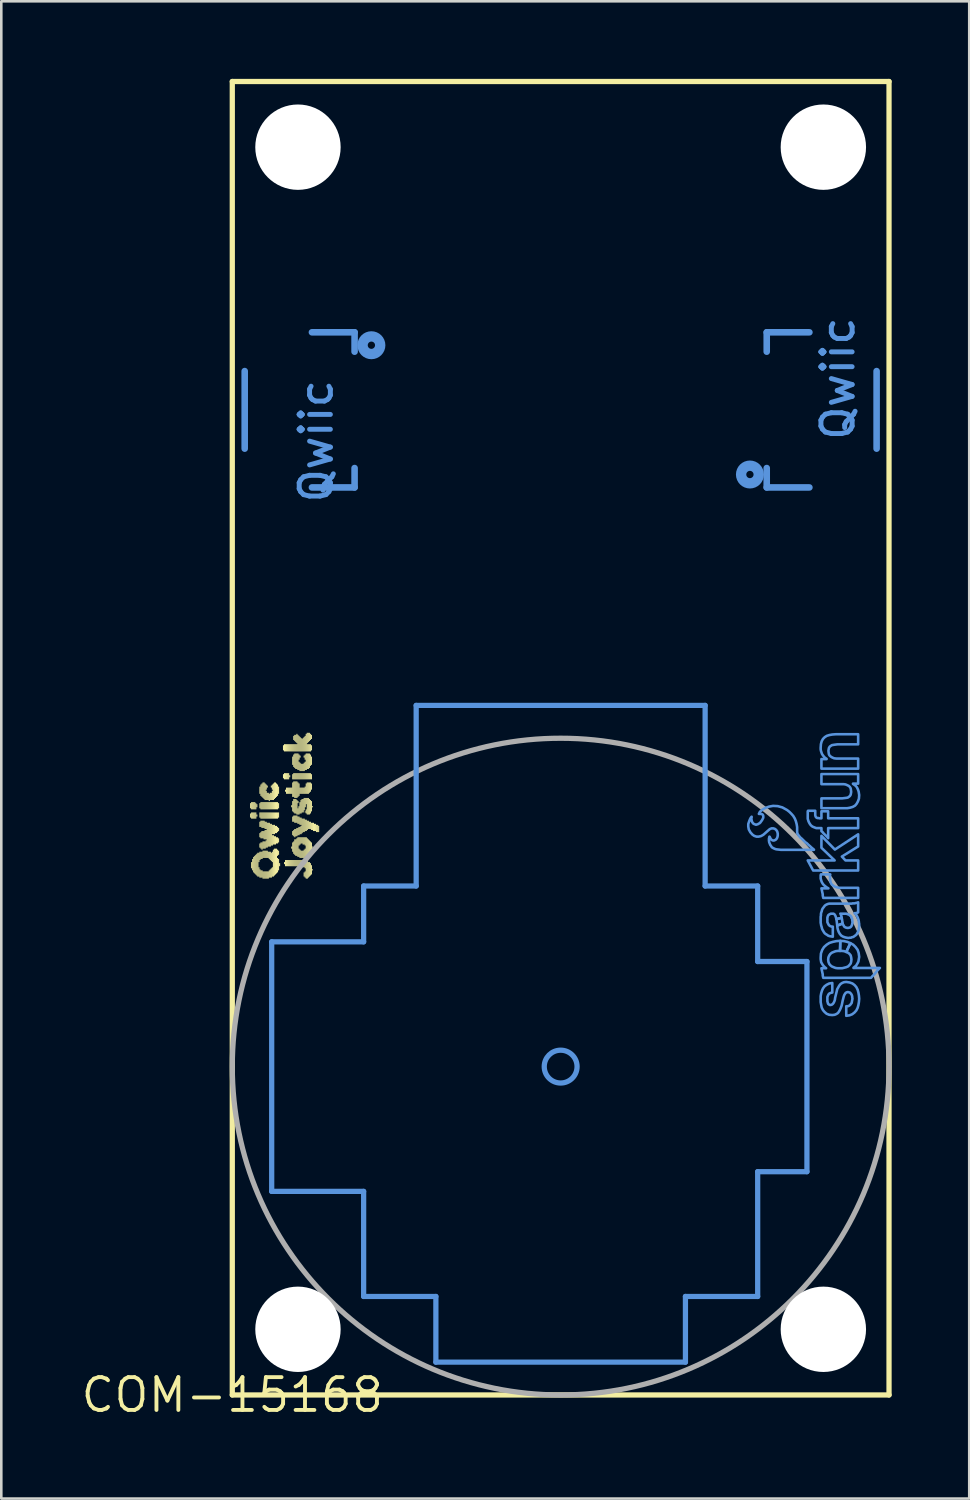
<source format=kicad_pcb>
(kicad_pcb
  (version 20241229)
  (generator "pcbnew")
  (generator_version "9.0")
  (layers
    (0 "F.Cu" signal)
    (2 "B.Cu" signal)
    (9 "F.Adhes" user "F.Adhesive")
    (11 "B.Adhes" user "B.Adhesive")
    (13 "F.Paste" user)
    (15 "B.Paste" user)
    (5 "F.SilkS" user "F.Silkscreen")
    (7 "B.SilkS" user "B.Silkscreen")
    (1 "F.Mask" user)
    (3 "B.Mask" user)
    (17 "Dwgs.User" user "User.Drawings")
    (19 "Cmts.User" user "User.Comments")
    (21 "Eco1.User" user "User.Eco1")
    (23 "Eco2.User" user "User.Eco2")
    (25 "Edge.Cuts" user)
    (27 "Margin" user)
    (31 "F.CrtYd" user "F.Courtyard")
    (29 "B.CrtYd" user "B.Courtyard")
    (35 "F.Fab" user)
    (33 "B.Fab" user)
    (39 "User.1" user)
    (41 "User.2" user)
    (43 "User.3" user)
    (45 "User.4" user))
  (footprint "COM-15168"
    (layer "F.Cu")
    (at 5.934 50.902)
    (property "Reference" "COM-15168" (at 0 0 0) (layer "F.SilkS") (effects (font (size 1.27 1.27) (thickness 0.15))))
    (attr through_hole)
    (fp_line (start 0 -50.8) (end 0 0) (stroke (width 0.203) (type solid)) (layer "F.SilkS"))
    (fp_line (start 0 -50.8) (end 25.4 -50.8) (stroke (width 0.203) (type solid)) (layer "F.SilkS"))
    (fp_line (start 25.4 -50.8) (end 25.4 0) (stroke (width 0.203) (type solid)) (layer "F.SilkS"))
    (fp_line (start 25.4 0) (end 0 0) (stroke (width 0.203) (type solid)) (layer "F.SilkS"))
    (fp_poly (pts (xy 0.73 -22.69) (xy 0.73 -22.89) (xy 0.69 -22.89) (xy 0.69 -22.69)) (stroke (width 0) (type solid)) (fill yes) (layer "F.SilkS"))
    (fp_poly (pts (xy 0.73 -22.33) (xy 0.73 -22.49) (xy 0.69 -22.49) (xy 0.69 -22.33)) (stroke (width 0) (type solid)) (fill yes) (layer "F.SilkS"))
    (fp_poly (pts (xy 0.77 -22.65) (xy 0.77 -22.93) (xy 0.73 -22.93) (xy 0.73 -22.65)) (stroke (width 0) (type solid)) (fill yes) (layer "F.SilkS"))
    (fp_poly (pts (xy 0.77 -22.29) (xy 0.77 -22.53) (xy 0.73 -22.53) (xy 0.73 -22.29)) (stroke (width 0) (type solid)) (fill yes) (layer "F.SilkS"))
    (fp_poly (pts (xy 0.77 -20.37) (xy 0.77 -20.61) (xy 0.73 -20.61) (xy 0.73 -20.37)) (stroke (width 0) (type solid)) (fill yes) (layer "F.SilkS"))
    (fp_poly (pts (xy 0.81 -22.65) (xy 0.81 -22.93) (xy 0.77 -22.93) (xy 0.77 -22.65)) (stroke (width 0) (type solid)) (fill yes) (layer "F.SilkS"))
    (fp_poly (pts (xy 0.81 -22.29) (xy 0.81 -22.53) (xy 0.77 -22.53) (xy 0.77 -22.29)) (stroke (width 0) (type solid)) (fill yes) (layer "F.SilkS"))
    (fp_poly (pts (xy 0.81 -20.29) (xy 0.81 -20.73) (xy 0.77 -20.73) (xy 0.77 -20.29)) (stroke (width 0) (type solid)) (fill yes) (layer "F.SilkS"))
    (fp_poly (pts (xy 0.85 -22.65) (xy 0.85 -22.93) (xy 0.81 -22.93) (xy 0.81 -22.65)) (stroke (width 0) (type solid)) (fill yes) (layer "F.SilkS"))
    (fp_poly (pts (xy 0.85 -22.29) (xy 0.85 -22.53) (xy 0.81 -22.53) (xy 0.81 -22.29)) (stroke (width 0) (type solid)) (fill yes) (layer "F.SilkS"))
    (fp_poly (pts (xy 0.85 -20.21) (xy 0.85 -20.81) (xy 0.81 -20.81) (xy 0.81 -20.21)) (stroke (width 0) (type solid)) (fill yes) (layer "F.SilkS"))
    (fp_poly (pts (xy 0.89 -22.65) (xy 0.89 -22.93) (xy 0.85 -22.93) (xy 0.85 -22.65)) (stroke (width 0) (type solid)) (fill yes) (layer "F.SilkS"))
    (fp_poly (pts (xy 0.89 -22.29) (xy 0.89 -22.53) (xy 0.85 -22.53) (xy 0.85 -22.29)) (stroke (width 0) (type solid)) (fill yes) (layer "F.SilkS"))
    (fp_poly (pts (xy 0.89 -20.17) (xy 0.89 -20.85) (xy 0.85 -20.85) (xy 0.85 -20.17)) (stroke (width 0) (type solid)) (fill yes) (layer "F.SilkS"))
    (fp_poly (pts (xy 0.93 -22.65) (xy 0.93 -22.89) (xy 0.89 -22.89) (xy 0.89 -22.65)) (stroke (width 0) (type solid)) (fill yes) (layer "F.SilkS"))
    (fp_poly (pts (xy 0.93 -22.29) (xy 0.93 -22.53) (xy 0.89 -22.53) (xy 0.89 -22.29)) (stroke (width 0) (type solid)) (fill yes) (layer "F.SilkS"))
    (fp_poly (pts (xy 0.93 -20.13) (xy 0.93 -20.89) (xy 0.89 -20.89) (xy 0.89 -20.13)) (stroke (width 0) (type solid)) (fill yes) (layer "F.SilkS"))
    (fp_poly (pts (xy 0.97 -22.73) (xy 0.97 -22.85) (xy 0.93 -22.85) (xy 0.93 -22.73)) (stroke (width 0) (type solid)) (fill yes) (layer "F.SilkS"))
    (fp_poly (pts (xy 0.97 -22.37) (xy 0.97 -22.45) (xy 0.93 -22.45) (xy 0.93 -22.37)) (stroke (width 0) (type solid)) (fill yes) (layer "F.SilkS"))
    (fp_poly (pts (xy 0.97 -20.09) (xy 0.97 -20.93) (xy 0.93 -20.93) (xy 0.93 -20.09)) (stroke (width 0) (type solid)) (fill yes) (layer "F.SilkS"))
    (fp_poly (pts (xy 1.01 -20.05) (xy 1.01 -20.97) (xy 0.97 -20.97) (xy 0.97 -20.05)) (stroke (width 0) (type solid)) (fill yes) (layer "F.SilkS"))
    (fp_poly (pts (xy 1.05 -20.61) (xy 1.05 -20.97) (xy 1.01 -20.97) (xy 1.01 -20.61)) (stroke (width 0) (type solid)) (fill yes) (layer "F.SilkS"))
    (fp_poly (pts (xy 1.05 -20.05) (xy 1.05 -20.41) (xy 1.01 -20.41) (xy 1.01 -20.05)) (stroke (width 0) (type solid)) (fill yes) (layer "F.SilkS"))
    (fp_poly (pts (xy 1.09 -23.25) (xy 1.09 -23.53) (xy 1.05 -23.53) (xy 1.05 -23.25)) (stroke (width 0) (type solid)) (fill yes) (layer "F.SilkS"))
    (fp_poly (pts (xy 1.09 -22.69) (xy 1.09 -22.89) (xy 1.05 -22.89) (xy 1.05 -22.69)) (stroke (width 0) (type solid)) (fill yes) (layer "F.SilkS"))
    (fp_poly (pts (xy 1.09 -22.33) (xy 1.09 -22.53) (xy 1.05 -22.53) (xy 1.05 -22.33)) (stroke (width 0) (type solid)) (fill yes) (layer "F.SilkS"))
    (fp_poly (pts (xy 1.09 -21.97) (xy 1.09 -22.17) (xy 1.05 -22.17) (xy 1.05 -21.97)) (stroke (width 0) (type solid)) (fill yes) (layer "F.SilkS"))
    (fp_poly (pts (xy 1.09 -21.57) (xy 1.09 -21.73) (xy 1.05 -21.73) (xy 1.05 -21.57)) (stroke (width 0) (type solid)) (fill yes) (layer "F.SilkS"))
    (fp_poly (pts (xy 1.09 -21.17) (xy 1.09 -21.33) (xy 1.05 -21.33) (xy 1.05 -21.17)) (stroke (width 0) (type solid)) (fill yes) (layer "F.SilkS"))
    (fp_poly (pts (xy 1.09 -20.69) (xy 1.09 -21.01) (xy 1.05 -21.01) (xy 1.05 -20.69)) (stroke (width 0) (type solid)) (fill yes) (layer "F.SilkS"))
    (fp_poly (pts (xy 1.09 -20.01) (xy 1.09 -20.33) (xy 1.05 -20.33) (xy 1.05 -20.01)) (stroke (width 0) (type solid)) (fill yes) (layer "F.SilkS"))
    (fp_poly (pts (xy 1.13 -23.17) (xy 1.13 -23.61) (xy 1.09 -23.61) (xy 1.09 -23.17)) (stroke (width 0) (type solid)) (fill yes) (layer "F.SilkS"))
    (fp_poly (pts (xy 1.13 -22.65) (xy 1.13 -22.93) (xy 1.09 -22.93) (xy 1.09 -22.65)) (stroke (width 0) (type solid)) (fill yes) (layer "F.SilkS"))
    (fp_poly (pts (xy 1.13 -22.29) (xy 1.13 -22.53) (xy 1.09 -22.53) (xy 1.09 -22.29)) (stroke (width 0) (type solid)) (fill yes) (layer "F.SilkS"))
    (fp_poly (pts (xy 1.13 -21.97) (xy 1.13 -22.21) (xy 1.09 -22.21) (xy 1.09 -21.97)) (stroke (width 0) (type solid)) (fill yes) (layer "F.SilkS"))
    (fp_poly (pts (xy 1.13 -21.53) (xy 1.13 -21.77) (xy 1.09 -21.77) (xy 1.09 -21.53)) (stroke (width 0) (type solid)) (fill yes) (layer "F.SilkS"))
    (fp_poly (pts (xy 1.13 -21.13) (xy 1.13 -21.37) (xy 1.09 -21.37) (xy 1.09 -21.13)) (stroke (width 0) (type solid)) (fill yes) (layer "F.SilkS"))
    (fp_poly (pts (xy 1.13 -20.73) (xy 1.13 -21.01) (xy 1.09 -21.01) (xy 1.09 -20.73)) (stroke (width 0) (type solid)) (fill yes) (layer "F.SilkS"))
    (fp_poly (pts (xy 1.13 -20.01) (xy 1.13 -20.29) (xy 1.09 -20.29) (xy 1.09 -20.01)) (stroke (width 0) (type solid)) (fill yes) (layer "F.SilkS"))
    (fp_poly (pts (xy 1.17 -23.13) (xy 1.17 -23.65) (xy 1.13 -23.65) (xy 1.13 -23.13)) (stroke (width 0) (type solid)) (fill yes) (layer "F.SilkS"))
    (fp_poly (pts (xy 1.17 -22.65) (xy 1.17 -22.93) (xy 1.13 -22.93) (xy 1.13 -22.65)) (stroke (width 0) (type solid)) (fill yes) (layer "F.SilkS"))
    (fp_poly (pts (xy 1.17 -22.29) (xy 1.17 -22.53) (xy 1.13 -22.53) (xy 1.13 -22.29)) (stroke (width 0) (type solid)) (fill yes) (layer "F.SilkS"))
    (fp_poly (pts (xy 1.17 -21.93) (xy 1.17 -22.21) (xy 1.13 -22.21) (xy 1.13 -21.93)) (stroke (width 0) (type solid)) (fill yes) (layer "F.SilkS"))
    (fp_poly (pts (xy 1.17 -21.53) (xy 1.17 -21.81) (xy 1.13 -21.81) (xy 1.13 -21.53)) (stroke (width 0) (type solid)) (fill yes) (layer "F.SilkS"))
    (fp_poly (pts (xy 1.17 -21.09) (xy 1.17 -21.37) (xy 1.13 -21.37) (xy 1.13 -21.09)) (stroke (width 0) (type solid)) (fill yes) (layer "F.SilkS"))
    (fp_poly (pts (xy 1.17 -20.73) (xy 1.17 -21.01) (xy 1.13 -21.01) (xy 1.13 -20.73)) (stroke (width 0) (type solid)) (fill yes) (layer "F.SilkS"))
    (fp_poly (pts (xy 1.17 -20.01) (xy 1.17 -20.29) (xy 1.13 -20.29) (xy 1.13 -20.01)) (stroke (width 0) (type solid)) (fill yes) (layer "F.SilkS"))
    (fp_poly (pts (xy 1.21 -23.09) (xy 1.21 -23.69) (xy 1.17 -23.69) (xy 1.17 -23.09)) (stroke (width 0) (type solid)) (fill yes) (layer "F.SilkS"))
    (fp_poly (pts (xy 1.21 -22.65) (xy 1.21 -22.93) (xy 1.17 -22.93) (xy 1.17 -22.65)) (stroke (width 0) (type solid)) (fill yes) (layer "F.SilkS"))
    (fp_poly (pts (xy 1.21 -22.29) (xy 1.21 -22.53) (xy 1.17 -22.53) (xy 1.17 -22.29)) (stroke (width 0) (type solid)) (fill yes) (layer "F.SilkS"))
    (fp_poly (pts (xy 1.21 -21.93) (xy 1.21 -22.21) (xy 1.17 -22.21) (xy 1.17 -21.93)) (stroke (width 0) (type solid)) (fill yes) (layer "F.SilkS"))
    (fp_poly (pts (xy 1.21 -21.53) (xy 1.21 -21.81) (xy 1.17 -21.81) (xy 1.17 -21.53)) (stroke (width 0) (type solid)) (fill yes) (layer "F.SilkS"))
    (fp_poly (pts (xy 1.21 -21.13) (xy 1.21 -21.41) (xy 1.17 -21.41) (xy 1.17 -21.13)) (stroke (width 0) (type solid)) (fill yes) (layer "F.SilkS"))
    (fp_poly (pts (xy 1.21 -20.77) (xy 1.21 -21.05) (xy 1.17 -21.05) (xy 1.17 -20.77)) (stroke (width 0) (type solid)) (fill yes) (layer "F.SilkS"))
    (fp_poly (pts (xy 1.21 -19.97) (xy 1.21 -20.25) (xy 1.17 -20.25) (xy 1.17 -19.97)) (stroke (width 0) (type solid)) (fill yes) (layer "F.SilkS"))
    (fp_poly (pts (xy 1.25 -23.05) (xy 1.25 -23.69) (xy 1.21 -23.69) (xy 1.21 -23.05)) (stroke (width 0) (type solid)) (fill yes) (layer "F.SilkS"))
    (fp_poly (pts (xy 1.25 -22.65) (xy 1.25 -22.93) (xy 1.21 -22.93) (xy 1.21 -22.65)) (stroke (width 0) (type solid)) (fill yes) (layer "F.SilkS"))
    (fp_poly (pts (xy 1.25 -22.29) (xy 1.25 -22.53) (xy 1.21 -22.53) (xy 1.21 -22.29)) (stroke (width 0) (type solid)) (fill yes) (layer "F.SilkS"))
    (fp_poly (pts (xy 1.25 -21.93) (xy 1.25 -22.21) (xy 1.21 -22.21) (xy 1.21 -21.93)) (stroke (width 0) (type solid)) (fill yes) (layer "F.SilkS"))
    (fp_poly (pts (xy 1.25 -21.49) (xy 1.25 -21.81) (xy 1.21 -21.81) (xy 1.21 -21.49)) (stroke (width 0) (type solid)) (fill yes) (layer "F.SilkS"))
    (fp_poly (pts (xy 1.25 -21.13) (xy 1.25 -21.41) (xy 1.21 -21.41) (xy 1.21 -21.13)) (stroke (width 0) (type solid)) (fill yes) (layer "F.SilkS"))
    (fp_poly (pts (xy 1.25 -20.77) (xy 1.25 -21.05) (xy 1.21 -21.05) (xy 1.21 -20.77)) (stroke (width 0) (type solid)) (fill yes) (layer "F.SilkS"))
    (fp_poly (pts (xy 1.25 -19.97) (xy 1.25 -20.25) (xy 1.21 -20.25) (xy 1.21 -19.97)) (stroke (width 0) (type solid)) (fill yes) (layer "F.SilkS"))
    (fp_poly (pts (xy 1.29 -23.01) (xy 1.29 -23.65) (xy 1.25 -23.65) (xy 1.25 -23.01)) (stroke (width 0) (type solid)) (fill yes) (layer "F.SilkS"))
    (fp_poly (pts (xy 1.29 -22.65) (xy 1.29 -22.93) (xy 1.25 -22.93) (xy 1.25 -22.65)) (stroke (width 0) (type solid)) (fill yes) (layer "F.SilkS"))
    (fp_poly (pts (xy 1.29 -22.29) (xy 1.29 -22.53) (xy 1.25 -22.53) (xy 1.25 -22.29)) (stroke (width 0) (type solid)) (fill yes) (layer "F.SilkS"))
    (fp_poly (pts (xy 1.29 -21.89) (xy 1.29 -22.17) (xy 1.25 -22.17) (xy 1.25 -21.89)) (stroke (width 0) (type solid)) (fill yes) (layer "F.SilkS"))
    (fp_poly (pts (xy 1.29 -21.49) (xy 1.29 -21.85) (xy 1.25 -21.85) (xy 1.25 -21.49)) (stroke (width 0) (type solid)) (fill yes) (layer "F.SilkS"))
    (fp_poly (pts (xy 1.29 -21.13) (xy 1.29 -21.41) (xy 1.25 -21.41) (xy 1.25 -21.13)) (stroke (width 0) (type solid)) (fill yes) (layer "F.SilkS"))
    (fp_poly (pts (xy 1.29 -20.77) (xy 1.29 -21.05) (xy 1.25 -21.05) (xy 1.25 -20.77)) (stroke (width 0) (type solid)) (fill yes) (layer "F.SilkS"))
    (fp_poly (pts (xy 1.29 -19.97) (xy 1.29 -20.25) (xy 1.25 -20.25) (xy 1.25 -19.97)) (stroke (width 0) (type solid)) (fill yes) (layer "F.SilkS"))
    (fp_poly (pts (xy 1.33 -23.41) (xy 1.33 -23.61) (xy 1.29 -23.61) (xy 1.29 -23.41)) (stroke (width 0) (type solid)) (fill yes) (layer "F.SilkS"))
    (fp_poly (pts (xy 1.33 -23.01) (xy 1.33 -23.37) (xy 1.29 -23.37) (xy 1.29 -23.01)) (stroke (width 0) (type solid)) (fill yes) (layer "F.SilkS"))
    (fp_poly (pts (xy 1.33 -22.65) (xy 1.33 -22.93) (xy 1.29 -22.93) (xy 1.29 -22.65)) (stroke (width 0) (type solid)) (fill yes) (layer "F.SilkS"))
    (fp_poly (pts (xy 1.33 -22.29) (xy 1.33 -22.53) (xy 1.29 -22.53) (xy 1.29 -22.29)) (stroke (width 0) (type solid)) (fill yes) (layer "F.SilkS"))
    (fp_poly (pts (xy 1.33 -21.89) (xy 1.33 -22.17) (xy 1.29 -22.17) (xy 1.29 -21.89)) (stroke (width 0) (type solid)) (fill yes) (layer "F.SilkS"))
    (fp_poly (pts (xy 1.33 -21.49) (xy 1.33 -21.85) (xy 1.29 -21.85) (xy 1.29 -21.49)) (stroke (width 0) (type solid)) (fill yes) (layer "F.SilkS"))
    (fp_poly (pts (xy 1.33 -21.17) (xy 1.33 -21.45) (xy 1.29 -21.45) (xy 1.29 -21.17)) (stroke (width 0) (type solid)) (fill yes) (layer "F.SilkS"))
    (fp_poly (pts (xy 1.33 -20.77) (xy 1.33 -21.05) (xy 1.29 -21.05) (xy 1.29 -20.77)) (stroke (width 0) (type solid)) (fill yes) (layer "F.SilkS"))
    (fp_poly (pts (xy 1.33 -19.97) (xy 1.33 -20.25) (xy 1.29 -20.25) (xy 1.29 -19.97)) (stroke (width 0) (type solid)) (fill yes) (layer "F.SilkS"))
    (fp_poly (pts (xy 1.37 -23.49) (xy 1.37 -23.57) (xy 1.33 -23.57) (xy 1.33 -23.49)) (stroke (width 0) (type solid)) (fill yes) (layer "F.SilkS"))
    (fp_poly (pts (xy 1.37 -23.01) (xy 1.37 -23.29) (xy 1.33 -23.29) (xy 1.33 -23.01)) (stroke (width 0) (type solid)) (fill yes) (layer "F.SilkS"))
    (fp_poly (pts (xy 1.37 -22.65) (xy 1.37 -22.93) (xy 1.33 -22.93) (xy 1.33 -22.65)) (stroke (width 0) (type solid)) (fill yes) (layer "F.SilkS"))
    (fp_poly (pts (xy 1.37 -22.29) (xy 1.37 -22.53) (xy 1.33 -22.53) (xy 1.33 -22.29)) (stroke (width 0) (type solid)) (fill yes) (layer "F.SilkS"))
    (fp_poly (pts (xy 1.37 -21.17) (xy 1.37 -22.13) (xy 1.33 -22.13) (xy 1.33 -21.17)) (stroke (width 0) (type solid)) (fill yes) (layer "F.SilkS"))
    (fp_poly (pts (xy 1.37 -20.77) (xy 1.37 -21.05) (xy 1.33 -21.05) (xy 1.33 -20.77)) (stroke (width 0) (type solid)) (fill yes) (layer "F.SilkS"))
    (fp_poly (pts (xy 1.37 -19.97) (xy 1.37 -20.25) (xy 1.33 -20.25) (xy 1.33 -19.97)) (stroke (width 0) (type solid)) (fill yes) (layer "F.SilkS"))
    (fp_poly (pts (xy 1.41 -23.01) (xy 1.41 -23.29) (xy 1.37 -23.29) (xy 1.37 -23.01)) (stroke (width 0) (type solid)) (fill yes) (layer "F.SilkS"))
    (fp_poly (pts (xy 1.41 -22.65) (xy 1.41 -22.93) (xy 1.37 -22.93) (xy 1.37 -22.65)) (stroke (width 0) (type solid)) (fill yes) (layer "F.SilkS"))
    (fp_poly (pts (xy 1.41 -22.29) (xy 1.41 -22.53) (xy 1.37 -22.53) (xy 1.37 -22.29)) (stroke (width 0) (type solid)) (fill yes) (layer "F.SilkS"))
    (fp_poly (pts (xy 1.41 -21.21) (xy 1.41 -22.13) (xy 1.37 -22.13) (xy 1.37 -21.21)) (stroke (width 0) (type solid)) (fill yes) (layer "F.SilkS"))
    (fp_poly (pts (xy 1.41 -20.77) (xy 1.41 -21.01) (xy 1.37 -21.01) (xy 1.37 -20.77)) (stroke (width 0) (type solid)) (fill yes) (layer "F.SilkS"))
    (fp_poly (pts (xy 1.41 -19.97) (xy 1.41 -20.25) (xy 1.37 -20.25) (xy 1.37 -19.97)) (stroke (width 0) (type solid)) (fill yes) (layer "F.SilkS"))
    (fp_poly (pts (xy 1.45 -22.97) (xy 1.45 -23.25) (xy 1.41 -23.25) (xy 1.41 -22.97)) (stroke (width 0) (type solid)) (fill yes) (layer "F.SilkS"))
    (fp_poly (pts (xy 1.45 -22.65) (xy 1.45 -22.93) (xy 1.41 -22.93) (xy 1.41 -22.65)) (stroke (width 0) (type solid)) (fill yes) (layer "F.SilkS"))
    (fp_poly (pts (xy 1.45 -22.29) (xy 1.45 -22.53) (xy 1.41 -22.53) (xy 1.41 -22.29)) (stroke (width 0) (type solid)) (fill yes) (layer "F.SilkS"))
    (fp_poly (pts (xy 1.45 -21.21) (xy 1.45 -22.13) (xy 1.41 -22.13) (xy 1.41 -21.21)) (stroke (width 0) (type solid)) (fill yes) (layer "F.SilkS"))
    (fp_poly (pts (xy 1.45 -20.73) (xy 1.45 -21.01) (xy 1.41 -21.01) (xy 1.41 -20.73)) (stroke (width 0) (type solid)) (fill yes) (layer "F.SilkS"))
    (fp_poly (pts (xy 1.45 -20.01) (xy 1.45 -20.29) (xy 1.41 -20.29) (xy 1.41 -20.01)) (stroke (width 0) (type solid)) (fill yes) (layer "F.SilkS"))
    (fp_poly (pts (xy 1.49 -23.01) (xy 1.49 -23.29) (xy 1.45 -23.29) (xy 1.45 -23.01)) (stroke (width 0) (type solid)) (fill yes) (layer "F.SilkS"))
    (fp_poly (pts (xy 1.49 -22.65) (xy 1.49 -22.93) (xy 1.45 -22.93) (xy 1.45 -22.65)) (stroke (width 0) (type solid)) (fill yes) (layer "F.SilkS"))
    (fp_poly (pts (xy 1.49 -22.29) (xy 1.49 -22.53) (xy 1.45 -22.53) (xy 1.45 -22.29)) (stroke (width 0) (type solid)) (fill yes) (layer "F.SilkS"))
    (fp_poly (pts (xy 1.49 -21.21) (xy 1.49 -22.09) (xy 1.45 -22.09) (xy 1.45 -21.21)) (stroke (width 0) (type solid)) (fill yes) (layer "F.SilkS"))
    (fp_poly (pts (xy 1.49 -20.69) (xy 1.49 -21.01) (xy 1.45 -21.01) (xy 1.45 -20.69)) (stroke (width 0) (type solid)) (fill yes) (layer "F.SilkS"))
    (fp_poly (pts (xy 1.49 -20.01) (xy 1.49 -20.33) (xy 1.45 -20.33) (xy 1.45 -20.01)) (stroke (width 0) (type solid)) (fill yes) (layer "F.SilkS"))
    (fp_poly (pts (xy 1.53 -23.49) (xy 1.53 -23.57) (xy 1.49 -23.57) (xy 1.49 -23.49)) (stroke (width 0) (type solid)) (fill yes) (layer "F.SilkS"))
    (fp_poly (pts (xy 1.53 -23.01) (xy 1.53 -23.29) (xy 1.49 -23.29) (xy 1.49 -23.01)) (stroke (width 0) (type solid)) (fill yes) (layer "F.SilkS"))
    (fp_poly (pts (xy 1.53 -22.65) (xy 1.53 -22.93) (xy 1.49 -22.93) (xy 1.49 -22.65)) (stroke (width 0) (type solid)) (fill yes) (layer "F.SilkS"))
    (fp_poly (pts (xy 1.53 -22.29) (xy 1.53 -22.53) (xy 1.49 -22.53) (xy 1.49 -22.29)) (stroke (width 0) (type solid)) (fill yes) (layer "F.SilkS"))
    (fp_poly (pts (xy 1.53 -21.25) (xy 1.53 -22.09) (xy 1.49 -22.09) (xy 1.49 -21.25)) (stroke (width 0) (type solid)) (fill yes) (layer "F.SilkS"))
    (fp_poly (pts (xy 1.53 -20.65) (xy 1.53 -20.97) (xy 1.49 -20.97) (xy 1.49 -20.65)) (stroke (width 0) (type solid)) (fill yes) (layer "F.SilkS"))
    (fp_poly (pts (xy 1.53 -20.01) (xy 1.53 -20.37) (xy 1.49 -20.37) (xy 1.49 -20.01)) (stroke (width 0) (type solid)) (fill yes) (layer "F.SilkS"))
    (fp_poly (pts (xy 1.57 -23.41) (xy 1.57 -23.61) (xy 1.53 -23.61) (xy 1.53 -23.41)) (stroke (width 0) (type solid)) (fill yes) (layer "F.SilkS"))
    (fp_poly (pts (xy 1.57 -23.01) (xy 1.57 -23.37) (xy 1.53 -23.37) (xy 1.53 -23.01)) (stroke (width 0) (type solid)) (fill yes) (layer "F.SilkS"))
    (fp_poly (pts (xy 1.57 -22.65) (xy 1.57 -22.93) (xy 1.53 -22.93) (xy 1.53 -22.65)) (stroke (width 0) (type solid)) (fill yes) (layer "F.SilkS"))
    (fp_poly (pts (xy 1.57 -22.29) (xy 1.57 -22.53) (xy 1.53 -22.53) (xy 1.53 -22.29)) (stroke (width 0) (type solid)) (fill yes) (layer "F.SilkS"))
    (fp_poly (pts (xy 1.57 -21.69) (xy 1.57 -22.05) (xy 1.53 -22.05) (xy 1.53 -21.69)) (stroke (width 0) (type solid)) (fill yes) (layer "F.SilkS"))
    (fp_poly (pts (xy 1.57 -21.25) (xy 1.57 -21.65) (xy 1.53 -21.65) (xy 1.53 -21.25)) (stroke (width 0) (type solid)) (fill yes) (layer "F.SilkS"))
    (fp_poly (pts (xy 1.57 -20.61) (xy 1.57 -21.01) (xy 1.53 -21.01) (xy 1.53 -20.61)) (stroke (width 0) (type solid)) (fill yes) (layer "F.SilkS"))
    (fp_poly (pts (xy 1.57 -20.05) (xy 1.57 -20.41) (xy 1.53 -20.41) (xy 1.53 -20.05)) (stroke (width 0) (type solid)) (fill yes) (layer "F.SilkS"))
    (fp_poly (pts (xy 1.61 -23.01) (xy 1.61 -23.65) (xy 1.57 -23.65) (xy 1.57 -23.01)) (stroke (width 0) (type solid)) (fill yes) (layer "F.SilkS"))
    (fp_poly (pts (xy 1.61 -22.65) (xy 1.61 -22.93) (xy 1.57 -22.93) (xy 1.57 -22.65)) (stroke (width 0) (type solid)) (fill yes) (layer "F.SilkS"))
    (fp_poly (pts (xy 1.61 -22.29) (xy 1.61 -22.53) (xy 1.57 -22.53) (xy 1.57 -22.29)) (stroke (width 0) (type solid)) (fill yes) (layer "F.SilkS"))
    (fp_poly (pts (xy 1.61 -21.69) (xy 1.61 -22.05) (xy 1.57 -22.05) (xy 1.57 -21.69)) (stroke (width 0) (type solid)) (fill yes) (layer "F.SilkS"))
    (fp_poly (pts (xy 1.61 -21.29) (xy 1.61 -21.65) (xy 1.57 -21.65) (xy 1.57 -21.29)) (stroke (width 0) (type solid)) (fill yes) (layer "F.SilkS"))
    (fp_poly (pts (xy 1.61 -20.05) (xy 1.61 -21.09) (xy 1.57 -21.09) (xy 1.57 -20.05)) (stroke (width 0) (type solid)) (fill yes) (layer "F.SilkS"))
    (fp_poly (pts (xy 1.65 -23.05) (xy 1.65 -23.69) (xy 1.61 -23.69) (xy 1.61 -23.05)) (stroke (width 0) (type solid)) (fill yes) (layer "F.SilkS"))
    (fp_poly (pts (xy 1.65 -22.65) (xy 1.65 -22.93) (xy 1.61 -22.93) (xy 1.61 -22.65)) (stroke (width 0) (type solid)) (fill yes) (layer "F.SilkS"))
    (fp_poly (pts (xy 1.65 -22.29) (xy 1.65 -22.53) (xy 1.61 -22.53) (xy 1.61 -22.29)) (stroke (width 0) (type solid)) (fill yes) (layer "F.SilkS"))
    (fp_poly (pts (xy 1.65 -21.69) (xy 1.65 -22.05) (xy 1.61 -22.05) (xy 1.61 -21.69)) (stroke (width 0) (type solid)) (fill yes) (layer "F.SilkS"))
    (fp_poly (pts (xy 1.65 -21.29) (xy 1.65 -21.61) (xy 1.61 -21.61) (xy 1.61 -21.29)) (stroke (width 0) (type solid)) (fill yes) (layer "F.SilkS"))
    (fp_poly (pts (xy 1.65 -20.09) (xy 1.65 -21.13) (xy 1.61 -21.13) (xy 1.61 -20.09)) (stroke (width 0) (type solid)) (fill yes) (layer "F.SilkS"))
    (fp_poly (pts (xy 1.69 -23.09) (xy 1.69 -23.69) (xy 1.65 -23.69) (xy 1.65 -23.09)) (stroke (width 0) (type solid)) (fill yes) (layer "F.SilkS"))
    (fp_poly (pts (xy 1.69 -22.65) (xy 1.69 -22.93) (xy 1.65 -22.93) (xy 1.65 -22.65)) (stroke (width 0) (type solid)) (fill yes) (layer "F.SilkS"))
    (fp_poly (pts (xy 1.69 -22.29) (xy 1.69 -22.53) (xy 1.65 -22.53) (xy 1.65 -22.29)) (stroke (width 0) (type solid)) (fill yes) (layer "F.SilkS"))
    (fp_poly (pts (xy 1.69 -21.73) (xy 1.69 -22.01) (xy 1.65 -22.01) (xy 1.65 -21.73)) (stroke (width 0) (type solid)) (fill yes) (layer "F.SilkS"))
    (fp_poly (pts (xy 1.69 -21.29) (xy 1.69 -21.61) (xy 1.65 -21.61) (xy 1.65 -21.29)) (stroke (width 0) (type solid)) (fill yes) (layer "F.SilkS"))
    (fp_poly (pts (xy 1.69 -20.13) (xy 1.69 -21.13) (xy 1.65 -21.13) (xy 1.65 -20.13)) (stroke (width 0) (type solid)) (fill yes) (layer "F.SilkS"))
    (fp_poly (pts (xy 1.73 -23.13) (xy 1.73 -23.65) (xy 1.69 -23.65) (xy 1.69 -23.13)) (stroke (width 0) (type solid)) (fill yes) (layer "F.SilkS"))
    (fp_poly (pts (xy 1.73 -22.65) (xy 1.73 -22.93) (xy 1.69 -22.93) (xy 1.69 -22.65)) (stroke (width 0) (type solid)) (fill yes) (layer "F.SilkS"))
    (fp_poly (pts (xy 1.73 -22.29) (xy 1.73 -22.53) (xy 1.69 -22.53) (xy 1.69 -22.29)) (stroke (width 0) (type solid)) (fill yes) (layer "F.SilkS"))
    (fp_poly (pts (xy 1.73 -21.73) (xy 1.73 -22.01) (xy 1.69 -22.01) (xy 1.69 -21.73)) (stroke (width 0) (type solid)) (fill yes) (layer "F.SilkS"))
    (fp_poly (pts (xy 1.73 -21.33) (xy 1.73 -21.57) (xy 1.69 -21.57) (xy 1.69 -21.33)) (stroke (width 0) (type solid)) (fill yes) (layer "F.SilkS"))
    (fp_poly (pts (xy 1.73 -20.17) (xy 1.73 -21.13) (xy 1.69 -21.13) (xy 1.69 -20.17)) (stroke (width 0) (type solid)) (fill yes) (layer "F.SilkS"))
    (fp_poly (pts (xy 1.77 -23.17) (xy 1.77 -23.61) (xy 1.73 -23.61) (xy 1.73 -23.17)) (stroke (width 0) (type solid)) (fill yes) (layer "F.SilkS"))
    (fp_poly (pts (xy 1.77 -22.65) (xy 1.77 -22.93) (xy 1.73 -22.93) (xy 1.73 -22.65)) (stroke (width 0) (type solid)) (fill yes) (layer "F.SilkS"))
    (fp_poly (pts (xy 1.77 -22.29) (xy 1.77 -22.53) (xy 1.73 -22.53) (xy 1.73 -22.29)) (stroke (width 0) (type solid)) (fill yes) (layer "F.SilkS"))
    (fp_poly (pts (xy 1.77 -21.77) (xy 1.77 -21.97) (xy 1.73 -21.97) (xy 1.73 -21.77)) (stroke (width 0) (type solid)) (fill yes) (layer "F.SilkS"))
    (fp_poly (pts (xy 1.77 -21.33) (xy 1.77 -21.57) (xy 1.73 -21.57) (xy 1.73 -21.33)) (stroke (width 0) (type solid)) (fill yes) (layer "F.SilkS"))
    (fp_poly (pts (xy 1.77 -20.85) (xy 1.77 -21.09) (xy 1.73 -21.09) (xy 1.73 -20.85)) (stroke (width 0) (type solid)) (fill yes) (layer "F.SilkS"))
    (fp_poly (pts (xy 1.77 -20.21) (xy 1.77 -20.77) (xy 1.73 -20.77) (xy 1.73 -20.21)) (stroke (width 0) (type solid)) (fill yes) (layer "F.SilkS"))
    (fp_poly (pts (xy 1.81 -23.25) (xy 1.81 -23.53) (xy 1.77 -23.53) (xy 1.77 -23.25)) (stroke (width 0) (type solid)) (fill yes) (layer "F.SilkS"))
    (fp_poly (pts (xy 1.81 -22.69) (xy 1.81 -22.89) (xy 1.77 -22.89) (xy 1.77 -22.69)) (stroke (width 0) (type solid)) (fill yes) (layer "F.SilkS"))
    (fp_poly (pts (xy 1.81 -22.33) (xy 1.81 -22.53) (xy 1.77 -22.53) (xy 1.77 -22.33)) (stroke (width 0) (type solid)) (fill yes) (layer "F.SilkS"))
    (fp_poly (pts (xy 1.81 -21.81) (xy 1.81 -21.93) (xy 1.77 -21.93) (xy 1.77 -21.81)) (stroke (width 0) (type solid)) (fill yes) (layer "F.SilkS"))
    (fp_poly (pts (xy 1.81 -21.37) (xy 1.81 -21.53) (xy 1.77 -21.53) (xy 1.77 -21.37)) (stroke (width 0) (type solid)) (fill yes) (layer "F.SilkS"))
    (fp_poly (pts (xy 1.81 -20.89) (xy 1.81 -21.05) (xy 1.77 -21.05) (xy 1.77 -20.89)) (stroke (width 0) (type solid)) (fill yes) (layer "F.SilkS"))
    (fp_poly (pts (xy 1.81 -20.29) (xy 1.81 -20.73) (xy 1.77 -20.73) (xy 1.77 -20.29)) (stroke (width 0) (type solid)) (fill yes) (layer "F.SilkS"))
    (fp_poly (pts (xy 1.85 -20.45) (xy 1.85 -20.57) (xy 1.81 -20.57) (xy 1.81 -20.45)) (stroke (width 0) (type solid)) (fill yes) (layer "F.SilkS"))
    (fp_poly (pts (xy 2 -24.93) (xy 2 -25.13) (xy 1.96 -25.13) (xy 1.96 -24.93)) (stroke (width 0) (type solid)) (fill yes) (layer "F.SilkS"))
    (fp_poly (pts (xy 2 -23.85) (xy 2 -24.01) (xy 1.96 -24.01) (xy 1.96 -23.85)) (stroke (width 0) (type solid)) (fill yes) (layer "F.SilkS"))
    (fp_poly (pts (xy 2.04 -24.89) (xy 2.04 -25.17) (xy 2 -25.17) (xy 2 -24.89)) (stroke (width 0) (type solid)) (fill yes) (layer "F.SilkS"))
    (fp_poly (pts (xy 2.04 -23.81) (xy 2.04 -24.05) (xy 2 -24.05) (xy 2 -23.81)) (stroke (width 0) (type solid)) (fill yes) (layer "F.SilkS"))
    (fp_poly (pts (xy 2.04 -20.53) (xy 2.04 -20.61) (xy 2 -20.61) (xy 2 -20.53)) (stroke (width 0) (type solid)) (fill yes) (layer "F.SilkS"))
    (fp_poly (pts (xy 2.08 -24.89) (xy 2.08 -25.17) (xy 2.04 -25.17) (xy 2.04 -24.89)) (stroke (width 0) (type solid)) (fill yes) (layer "F.SilkS"))
    (fp_poly (pts (xy 2.08 -23.81) (xy 2.08 -24.05) (xy 2.04 -24.05) (xy 2.04 -23.81)) (stroke (width 0) (type solid)) (fill yes) (layer "F.SilkS"))
    (fp_poly (pts (xy 2.08 -23.33) (xy 2.08 -23.41) (xy 2.04 -23.41) (xy 2.04 -23.33)) (stroke (width 0) (type solid)) (fill yes) (layer "F.SilkS"))
    (fp_poly (pts (xy 2.08 -20.45) (xy 2.08 -20.69) (xy 2.04 -20.69) (xy 2.04 -20.45)) (stroke (width 0) (type solid)) (fill yes) (layer "F.SilkS"))
    (fp_poly (pts (xy 2.12 -24.89) (xy 2.12 -25.17) (xy 2.08 -25.17) (xy 2.08 -24.89)) (stroke (width 0) (type solid)) (fill yes) (layer "F.SilkS"))
    (fp_poly (pts (xy 2.12 -23.81) (xy 2.12 -24.05) (xy 2.08 -24.05) (xy 2.08 -23.81)) (stroke (width 0) (type solid)) (fill yes) (layer "F.SilkS"))
    (fp_poly (pts (xy 2.12 -23.25) (xy 2.12 -23.49) (xy 2.08 -23.49) (xy 2.08 -23.25)) (stroke (width 0) (type solid)) (fill yes) (layer "F.SilkS"))
    (fp_poly (pts (xy 2.12 -20.45) (xy 2.12 -20.69) (xy 2.08 -20.69) (xy 2.08 -20.45)) (stroke (width 0) (type solid)) (fill yes) (layer "F.SilkS"))
    (fp_poly (pts (xy 2.16 -24.89) (xy 2.16 -25.17) (xy 2.12 -25.17) (xy 2.12 -24.89)) (stroke (width 0) (type solid)) (fill yes) (layer "F.SilkS"))
    (fp_poly (pts (xy 2.16 -23.81) (xy 2.16 -24.05) (xy 2.12 -24.05) (xy 2.12 -23.81)) (stroke (width 0) (type solid)) (fill yes) (layer "F.SilkS"))
    (fp_poly (pts (xy 2.16 -23.25) (xy 2.16 -23.49) (xy 2.12 -23.49) (xy 2.12 -23.25)) (stroke (width 0) (type solid)) (fill yes) (layer "F.SilkS"))
    (fp_poly (pts (xy 2.16 -20.45) (xy 2.16 -20.69) (xy 2.12 -20.69) (xy 2.12 -20.45)) (stroke (width 0) (type solid)) (fill yes) (layer "F.SilkS"))
    (fp_poly (pts (xy 2.2 -24.89) (xy 2.2 -25.17) (xy 2.16 -25.17) (xy 2.16 -24.89)) (stroke (width 0) (type solid)) (fill yes) (layer "F.SilkS"))
    (fp_poly (pts (xy 2.2 -23.81) (xy 2.2 -24.05) (xy 2.16 -24.05) (xy 2.16 -23.81)) (stroke (width 0) (type solid)) (fill yes) (layer "F.SilkS"))
    (fp_poly (pts (xy 2.2 -23.25) (xy 2.2 -23.49) (xy 2.16 -23.49) (xy 2.16 -23.25)) (stroke (width 0) (type solid)) (fill yes) (layer "F.SilkS"))
    (fp_poly (pts (xy 2.2 -20.45) (xy 2.2 -20.69) (xy 2.16 -20.69) (xy 2.16 -20.45)) (stroke (width 0) (type solid)) (fill yes) (layer "F.SilkS"))
    (fp_poly (pts (xy 2.24 -24.89) (xy 2.24 -25.17) (xy 2.2 -25.17) (xy 2.2 -24.89)) (stroke (width 0) (type solid)) (fill yes) (layer "F.SilkS"))
    (fp_poly (pts (xy 2.24 -23.89) (xy 2.24 -23.97) (xy 2.2 -23.97) (xy 2.2 -23.89)) (stroke (width 0) (type solid)) (fill yes) (layer "F.SilkS"))
    (fp_poly (pts (xy 2.24 -23.25) (xy 2.24 -23.49) (xy 2.2 -23.49) (xy 2.2 -23.25)) (stroke (width 0) (type solid)) (fill yes) (layer "F.SilkS"))
    (fp_poly (pts (xy 2.24 -20.45) (xy 2.24 -20.69) (xy 2.2 -20.69) (xy 2.2 -20.45)) (stroke (width 0) (type solid)) (fill yes) (layer "F.SilkS"))
    (fp_poly (pts (xy 2.28 -24.89) (xy 2.28 -25.17) (xy 2.24 -25.17) (xy 2.24 -24.89)) (stroke (width 0) (type solid)) (fill yes) (layer "F.SilkS"))
    (fp_poly (pts (xy 2.28 -23.25) (xy 2.28 -23.49) (xy 2.24 -23.49) (xy 2.24 -23.25)) (stroke (width 0) (type solid)) (fill yes) (layer "F.SilkS"))
    (fp_poly (pts (xy 2.28 -20.45) (xy 2.28 -20.69) (xy 2.24 -20.69) (xy 2.24 -20.45)) (stroke (width 0) (type solid)) (fill yes) (layer "F.SilkS"))
    (fp_poly (pts (xy 2.32 -24.89) (xy 2.32 -25.17) (xy 2.28 -25.17) (xy 2.28 -24.89)) (stroke (width 0) (type solid)) (fill yes) (layer "F.SilkS"))
    (fp_poly (pts (xy 2.32 -23.25) (xy 2.32 -23.49) (xy 2.28 -23.49) (xy 2.28 -23.25)) (stroke (width 0) (type solid)) (fill yes) (layer "F.SilkS"))
    (fp_poly (pts (xy 2.32 -22.73) (xy 2.32 -22.81) (xy 2.28 -22.81) (xy 2.28 -22.73)) (stroke (width 0) (type solid)) (fill yes) (layer "F.SilkS"))
    (fp_poly (pts (xy 2.32 -21.13) (xy 2.32 -21.21) (xy 2.28 -21.21) (xy 2.28 -21.13)) (stroke (width 0) (type solid)) (fill yes) (layer "F.SilkS"))
    (fp_poly (pts (xy 2.32 -20.45) (xy 2.32 -20.69) (xy 2.28 -20.69) (xy 2.28 -20.45)) (stroke (width 0) (type solid)) (fill yes) (layer "F.SilkS"))
    (fp_poly (pts (xy 2.36 -24.89) (xy 2.36 -25.17) (xy 2.32 -25.17) (xy 2.32 -24.89)) (stroke (width 0) (type solid)) (fill yes) (layer "F.SilkS"))
    (fp_poly (pts (xy 2.36 -24.37) (xy 2.36 -24.69) (xy 2.32 -24.69) (xy 2.32 -24.37)) (stroke (width 0) (type solid)) (fill yes) (layer "F.SilkS"))
    (fp_poly (pts (xy 2.36 -23.81) (xy 2.36 -24.01) (xy 2.32 -24.01) (xy 2.32 -23.81)) (stroke (width 0) (type solid)) (fill yes) (layer "F.SilkS"))
    (fp_poly (pts (xy 2.36 -23.13) (xy 2.36 -23.69) (xy 2.32 -23.69) (xy 2.32 -23.13)) (stroke (width 0) (type solid)) (fill yes) (layer "F.SilkS"))
    (fp_poly (pts (xy 2.36 -22.57) (xy 2.36 -22.97) (xy 2.32 -22.97) (xy 2.32 -22.57)) (stroke (width 0) (type solid)) (fill yes) (layer "F.SilkS"))
    (fp_poly (pts (xy 2.36 -22.17) (xy 2.36 -22.37) (xy 2.32 -22.37) (xy 2.32 -22.17)) (stroke (width 0) (type solid)) (fill yes) (layer "F.SilkS"))
    (fp_poly (pts (xy 2.36 -21.65) (xy 2.36 -21.81) (xy 2.32 -21.81) (xy 2.32 -21.65)) (stroke (width 0) (type solid)) (fill yes) (layer "F.SilkS"))
    (fp_poly (pts (xy 2.36 -21.01) (xy 2.36 -21.37) (xy 2.32 -21.37) (xy 2.32 -21.01)) (stroke (width 0) (type solid)) (fill yes) (layer "F.SilkS"))
    (fp_poly (pts (xy 2.36 -20.45) (xy 2.36 -20.69) (xy 2.32 -20.69) (xy 2.32 -20.45)) (stroke (width 0) (type solid)) (fill yes) (layer "F.SilkS"))
    (fp_poly (pts (xy 2.4 -25.33) (xy 2.4 -25.49) (xy 2.36 -25.49) (xy 2.36 -25.33)) (stroke (width 0) (type solid)) (fill yes) (layer "F.SilkS"))
    (fp_poly (pts (xy 2.4 -24.89) (xy 2.4 -25.17) (xy 2.36 -25.17) (xy 2.36 -24.89)) (stroke (width 0) (type solid)) (fill yes) (layer "F.SilkS"))
    (fp_poly (pts (xy 2.4 -24.29) (xy 2.4 -24.77) (xy 2.36 -24.77) (xy 2.36 -24.29)) (stroke (width 0) (type solid)) (fill yes) (layer "F.SilkS"))
    (fp_poly (pts (xy 2.4 -23.81) (xy 2.4 -24.05) (xy 2.36 -24.05) (xy 2.36 -23.81)) (stroke (width 0) (type solid)) (fill yes) (layer "F.SilkS"))
    (fp_poly (pts (xy 2.4 -23.13) (xy 2.4 -23.73) (xy 2.36 -23.73) (xy 2.36 -23.13)) (stroke (width 0) (type solid)) (fill yes) (layer "F.SilkS"))
    (fp_poly (pts (xy 2.4 -22.53) (xy 2.4 -23.05) (xy 2.36 -23.05) (xy 2.36 -22.53)) (stroke (width 0) (type solid)) (fill yes) (layer "F.SilkS"))
    (fp_poly (pts (xy 2.4 -22.17) (xy 2.4 -22.41) (xy 2.36 -22.41) (xy 2.36 -22.17)) (stroke (width 0) (type solid)) (fill yes) (layer "F.SilkS"))
    (fp_poly (pts (xy 2.4 -21.61) (xy 2.4 -21.85) (xy 2.36 -21.85) (xy 2.36 -21.61)) (stroke (width 0) (type solid)) (fill yes) (layer "F.SilkS"))
    (fp_poly (pts (xy 2.4 -20.93) (xy 2.4 -21.41) (xy 2.36 -21.41) (xy 2.36 -20.93)) (stroke (width 0) (type solid)) (fill yes) (layer "F.SilkS"))
    (fp_poly (pts (xy 2.4 -20.45) (xy 2.4 -20.69) (xy 2.36 -20.69) (xy 2.36 -20.45)) (stroke (width 0) (type solid)) (fill yes) (layer "F.SilkS"))
    (fp_poly (pts (xy 2.44 -25.29) (xy 2.44 -25.53) (xy 2.4 -25.53) (xy 2.4 -25.29)) (stroke (width 0) (type solid)) (fill yes) (layer "F.SilkS"))
    (fp_poly (pts (xy 2.44 -24.89) (xy 2.44 -25.17) (xy 2.4 -25.17) (xy 2.4 -24.89)) (stroke (width 0) (type solid)) (fill yes) (layer "F.SilkS"))
    (fp_poly (pts (xy 2.44 -24.25) (xy 2.44 -24.81) (xy 2.4 -24.81) (xy 2.4 -24.25)) (stroke (width 0) (type solid)) (fill yes) (layer "F.SilkS"))
    (fp_poly (pts (xy 2.44 -23.81) (xy 2.44 -24.05) (xy 2.4 -24.05) (xy 2.4 -23.81)) (stroke (width 0) (type solid)) (fill yes) (layer "F.SilkS"))
    (fp_poly (pts (xy 2.44 -23.09) (xy 2.44 -23.73) (xy 2.4 -23.73) (xy 2.4 -23.09)) (stroke (width 0) (type solid)) (fill yes) (layer "F.SilkS"))
    (fp_poly (pts (xy 2.44 -22.49) (xy 2.44 -23.05) (xy 2.4 -23.05) (xy 2.4 -22.49)) (stroke (width 0) (type solid)) (fill yes) (layer "F.SilkS"))
    (fp_poly (pts (xy 2.44 -22.13) (xy 2.44 -22.41) (xy 2.4 -22.41) (xy 2.4 -22.13)) (stroke (width 0) (type solid)) (fill yes) (layer "F.SilkS"))
    (fp_poly (pts (xy 2.44 -21.57) (xy 2.44 -21.89) (xy 2.4 -21.89) (xy 2.4 -21.57)) (stroke (width 0) (type solid)) (fill yes) (layer "F.SilkS"))
    (fp_poly (pts (xy 2.44 -20.89) (xy 2.44 -21.49) (xy 2.4 -21.49) (xy 2.4 -20.89)) (stroke (width 0) (type solid)) (fill yes) (layer "F.SilkS"))
    (fp_poly (pts (xy 2.44 -20.45) (xy 2.44 -20.69) (xy 2.4 -20.69) (xy 2.4 -20.45)) (stroke (width 0) (type solid)) (fill yes) (layer "F.SilkS"))
    (fp_poly (pts (xy 2.48 -25.25) (xy 2.48 -25.53) (xy 2.44 -25.53) (xy 2.44 -25.25)) (stroke (width 0) (type solid)) (fill yes) (layer "F.SilkS"))
    (fp_poly (pts (xy 2.48 -24.89) (xy 2.48 -25.17) (xy 2.44 -25.17) (xy 2.44 -24.89)) (stroke (width 0) (type solid)) (fill yes) (layer "F.SilkS"))
    (fp_poly (pts (xy 2.48 -24.21) (xy 2.48 -24.81) (xy 2.44 -24.81) (xy 2.44 -24.21)) (stroke (width 0) (type solid)) (fill yes) (layer "F.SilkS"))
    (fp_poly (pts (xy 2.48 -23.81) (xy 2.48 -24.05) (xy 2.44 -24.05) (xy 2.44 -23.81)) (stroke (width 0) (type solid)) (fill yes) (layer "F.SilkS"))
    (fp_poly (pts (xy 2.48 -23.09) (xy 2.48 -23.73) (xy 2.44 -23.73) (xy 2.44 -23.09)) (stroke (width 0) (type solid)) (fill yes) (layer "F.SilkS"))
    (fp_poly (pts (xy 2.48 -22.49) (xy 2.48 -23.05) (xy 2.44 -23.05) (xy 2.44 -22.49)) (stroke (width 0) (type solid)) (fill yes) (layer "F.SilkS"))
    (fp_poly (pts (xy 2.48 -22.13) (xy 2.48 -22.41) (xy 2.44 -22.41) (xy 2.44 -22.13)) (stroke (width 0) (type solid)) (fill yes) (layer "F.SilkS"))
    (fp_poly (pts (xy 2.48 -21.61) (xy 2.48 -21.89) (xy 2.44 -21.89) (xy 2.44 -21.61)) (stroke (width 0) (type solid)) (fill yes) (layer "F.SilkS"))
    (fp_poly (pts (xy 2.48 -20.85) (xy 2.48 -21.49) (xy 2.44 -21.49) (xy 2.44 -20.85)) (stroke (width 0) (type solid)) (fill yes) (layer "F.SilkS"))
    (fp_poly (pts (xy 2.48 -20.45) (xy 2.48 -20.69) (xy 2.44 -20.69) (xy 2.44 -20.45)) (stroke (width 0) (type solid)) (fill yes) (layer "F.SilkS"))
    (fp_poly (pts (xy 2.52 -25.21) (xy 2.52 -25.57) (xy 2.48 -25.57) (xy 2.48 -25.21)) (stroke (width 0) (type solid)) (fill yes) (layer "F.SilkS"))
    (fp_poly (pts (xy 2.52 -24.89) (xy 2.52 -25.17) (xy 2.48 -25.17) (xy 2.48 -24.89)) (stroke (width 0) (type solid)) (fill yes) (layer "F.SilkS"))
    (fp_poly (pts (xy 2.52 -24.21) (xy 2.52 -24.81) (xy 2.48 -24.81) (xy 2.48 -24.21)) (stroke (width 0) (type solid)) (fill yes) (layer "F.SilkS"))
    (fp_poly (pts (xy 2.52 -23.81) (xy 2.52 -24.05) (xy 2.48 -24.05) (xy 2.48 -23.81)) (stroke (width 0) (type solid)) (fill yes) (layer "F.SilkS"))
    (fp_poly (pts (xy 2.52 -23.09) (xy 2.52 -23.73) (xy 2.48 -23.73) (xy 2.48 -23.09)) (stroke (width 0) (type solid)) (fill yes) (layer "F.SilkS"))
    (fp_poly (pts (xy 2.52 -22.45) (xy 2.52 -23.01) (xy 2.48 -23.01) (xy 2.48 -22.45)) (stroke (width 0) (type solid)) (fill yes) (layer "F.SilkS"))
    (fp_poly (pts (xy 2.52 -22.13) (xy 2.52 -22.41) (xy 2.48 -22.41) (xy 2.48 -22.13)) (stroke (width 0) (type solid)) (fill yes) (layer "F.SilkS"))
    (fp_poly (pts (xy 2.52 -21.61) (xy 2.52 -21.93) (xy 2.48 -21.93) (xy 2.48 -21.61)) (stroke (width 0) (type solid)) (fill yes) (layer "F.SilkS"))
    (fp_poly (pts (xy 2.52 -20.85) (xy 2.52 -21.53) (xy 2.48 -21.53) (xy 2.48 -20.85)) (stroke (width 0) (type solid)) (fill yes) (layer "F.SilkS"))
    (fp_poly (pts (xy 2.52 -20.45) (xy 2.52 -20.69) (xy 2.48 -20.69) (xy 2.48 -20.45)) (stroke (width 0) (type solid)) (fill yes) (layer "F.SilkS"))
    (fp_poly (pts (xy 2.56 -24.89) (xy 2.56 -25.53) (xy 2.52 -25.53) (xy 2.52 -24.89)) (stroke (width 0) (type solid)) (fill yes) (layer "F.SilkS"))
    (fp_poly (pts (xy 2.56 -24.17) (xy 2.56 -24.81) (xy 2.52 -24.81) (xy 2.52 -24.17)) (stroke (width 0) (type solid)) (fill yes) (layer "F.SilkS"))
    (fp_poly (pts (xy 2.56 -23.81) (xy 2.56 -24.05) (xy 2.52 -24.05) (xy 2.52 -23.81)) (stroke (width 0) (type solid)) (fill yes) (layer "F.SilkS"))
    (fp_poly (pts (xy 2.56 -23.13) (xy 2.56 -23.69) (xy 2.52 -23.69) (xy 2.52 -23.13)) (stroke (width 0) (type solid)) (fill yes) (layer "F.SilkS"))
    (fp_poly (pts (xy 2.56 -22.89) (xy 2.56 -22.97) (xy 2.52 -22.97) (xy 2.52 -22.89)) (stroke (width 0) (type solid)) (fill yes) (layer "F.SilkS"))
    (fp_poly (pts (xy 2.56 -22.45) (xy 2.56 -22.69) (xy 2.52 -22.69) (xy 2.52 -22.45)) (stroke (width 0) (type solid)) (fill yes) (layer "F.SilkS"))
    (fp_poly (pts (xy 2.56 -22.09) (xy 2.56 -22.37) (xy 2.52 -22.37) (xy 2.52 -22.09)) (stroke (width 0) (type solid)) (fill yes) (layer "F.SilkS"))
    (fp_poly (pts (xy 2.56 -21.65) (xy 2.56 -21.93) (xy 2.52 -21.93) (xy 2.52 -21.65)) (stroke (width 0) (type solid)) (fill yes) (layer "F.SilkS"))
    (fp_poly (pts (xy 2.56 -20.81) (xy 2.56 -21.57) (xy 2.52 -21.57) (xy 2.52 -20.81)) (stroke (width 0) (type solid)) (fill yes) (layer "F.SilkS"))
    (fp_poly (pts (xy 2.56 -20.45) (xy 2.56 -20.69) (xy 2.52 -20.69) (xy 2.52 -20.45)) (stroke (width 0) (type solid)) (fill yes) (layer "F.SilkS"))
    (fp_poly (pts (xy 2.6 -24.89) (xy 2.6 -25.49) (xy 2.56 -25.49) (xy 2.56 -24.89)) (stroke (width 0) (type solid)) (fill yes) (layer "F.SilkS"))
    (fp_poly (pts (xy 2.6 -24.57) (xy 2.6 -24.77) (xy 2.56 -24.77) (xy 2.56 -24.57)) (stroke (width 0) (type solid)) (fill yes) (layer "F.SilkS"))
    (fp_poly (pts (xy 2.6 -24.17) (xy 2.6 -24.49) (xy 2.56 -24.49) (xy 2.56 -24.17)) (stroke (width 0) (type solid)) (fill yes) (layer "F.SilkS"))
    (fp_poly (pts (xy 2.6 -23.81) (xy 2.6 -24.05) (xy 2.56 -24.05) (xy 2.56 -23.81)) (stroke (width 0) (type solid)) (fill yes) (layer "F.SilkS"))
    (fp_poly (pts (xy 2.6 -23.17) (xy 2.6 -23.65) (xy 2.56 -23.65) (xy 2.56 -23.17)) (stroke (width 0) (type solid)) (fill yes) (layer "F.SilkS"))
    (fp_poly (pts (xy 2.6 -22.45) (xy 2.6 -22.77) (xy 2.56 -22.77) (xy 2.56 -22.45)) (stroke (width 0) (type solid)) (fill yes) (layer "F.SilkS"))
    (fp_poly (pts (xy 2.6 -22.09) (xy 2.6 -22.37) (xy 2.56 -22.37) (xy 2.56 -22.09)) (stroke (width 0) (type solid)) (fill yes) (layer "F.SilkS"))
    (fp_poly (pts (xy 2.6 -21.65) (xy 2.6 -21.97) (xy 2.56 -21.97) (xy 2.56 -21.65)) (stroke (width 0) (type solid)) (fill yes) (layer "F.SilkS"))
    (fp_poly (pts (xy 2.6 -21.25) (xy 2.6 -21.57) (xy 2.56 -21.57) (xy 2.56 -21.25)) (stroke (width 0) (type solid)) (fill yes) (layer "F.SilkS"))
    (fp_poly (pts (xy 2.6 -20.81) (xy 2.6 -21.13) (xy 2.56 -21.13) (xy 2.56 -20.81)) (stroke (width 0) (type solid)) (fill yes) (layer "F.SilkS"))
    (fp_poly (pts (xy 2.6 -20.45) (xy 2.6 -20.69) (xy 2.56 -20.69) (xy 2.56 -20.45)) (stroke (width 0) (type solid)) (fill yes) (layer "F.SilkS"))
    (fp_poly (pts (xy 2.64 -24.89) (xy 2.64 -25.45) (xy 2.6 -25.45) (xy 2.6 -24.89)) (stroke (width 0) (type solid)) (fill yes) (layer "F.SilkS"))
    (fp_poly (pts (xy 2.64 -24.65) (xy 2.64 -24.73) (xy 2.6 -24.73) (xy 2.6 -24.65)) (stroke (width 0) (type solid)) (fill yes) (layer "F.SilkS"))
    (fp_poly (pts (xy 2.64 -24.13) (xy 2.64 -24.45) (xy 2.6 -24.45) (xy 2.6 -24.13)) (stroke (width 0) (type solid)) (fill yes) (layer "F.SilkS"))
    (fp_poly (pts (xy 2.64 -23.81) (xy 2.64 -24.05) (xy 2.6 -24.05) (xy 2.6 -23.81)) (stroke (width 0) (type solid)) (fill yes) (layer "F.SilkS"))
    (fp_poly (pts (xy 2.64 -23.25) (xy 2.64 -23.49) (xy 2.6 -23.49) (xy 2.6 -23.25)) (stroke (width 0) (type solid)) (fill yes) (layer "F.SilkS"))
    (fp_poly (pts (xy 2.64 -22.49) (xy 2.64 -22.93) (xy 2.6 -22.93) (xy 2.6 -22.49)) (stroke (width 0) (type solid)) (fill yes) (layer "F.SilkS"))
    (fp_poly (pts (xy 2.64 -22.05) (xy 2.64 -22.33) (xy 2.6 -22.33) (xy 2.6 -22.05)) (stroke (width 0) (type solid)) (fill yes) (layer "F.SilkS"))
    (fp_poly (pts (xy 2.64 -21.69) (xy 2.64 -21.97) (xy 2.6 -21.97) (xy 2.6 -21.69)) (stroke (width 0) (type solid)) (fill yes) (layer "F.SilkS"))
    (fp_poly (pts (xy 2.64 -21.29) (xy 2.64 -21.57) (xy 2.6 -21.57) (xy 2.6 -21.29)) (stroke (width 0) (type solid)) (fill yes) (layer "F.SilkS"))
    (fp_poly (pts (xy 2.64 -20.77) (xy 2.64 -21.09) (xy 2.6 -21.09) (xy 2.6 -20.77)) (stroke (width 0) (type solid)) (fill yes) (layer "F.SilkS"))
    (fp_poly (pts (xy 2.64 -20.45) (xy 2.64 -20.69) (xy 2.6 -20.69) (xy 2.6 -20.45)) (stroke (width 0) (type solid)) (fill yes) (layer "F.SilkS"))
    (fp_poly (pts (xy 2.68 -24.89) (xy 2.68 -25.41) (xy 2.64 -25.41) (xy 2.64 -24.89)) (stroke (width 0) (type solid)) (fill yes) (layer "F.SilkS"))
    (fp_poly (pts (xy 2.68 -24.13) (xy 2.68 -24.41) (xy 2.64 -24.41) (xy 2.64 -24.13)) (stroke (width 0) (type solid)) (fill yes) (layer "F.SilkS"))
    (fp_poly (pts (xy 2.68 -23.81) (xy 2.68 -24.05) (xy 2.64 -24.05) (xy 2.64 -23.81)) (stroke (width 0) (type solid)) (fill yes) (layer "F.SilkS"))
    (fp_poly (pts (xy 2.68 -23.25) (xy 2.68 -23.49) (xy 2.64 -23.49) (xy 2.64 -23.25)) (stroke (width 0) (type solid)) (fill yes) (layer "F.SilkS"))
    (fp_poly (pts (xy 2.68 -22.49) (xy 2.68 -23.01) (xy 2.64 -23.01) (xy 2.64 -22.49)) (stroke (width 0) (type solid)) (fill yes) (layer "F.SilkS"))
    (fp_poly (pts (xy 2.68 -22.05) (xy 2.68 -22.33) (xy 2.64 -22.33) (xy 2.64 -22.05)) (stroke (width 0) (type solid)) (fill yes) (layer "F.SilkS"))
    (fp_poly (pts (xy 2.68 -21.69) (xy 2.68 -22.01) (xy 2.64 -22.01) (xy 2.64 -21.69)) (stroke (width 0) (type solid)) (fill yes) (layer "F.SilkS"))
    (fp_poly (pts (xy 2.68 -21.33) (xy 2.68 -21.57) (xy 2.64 -21.57) (xy 2.64 -21.33)) (stroke (width 0) (type solid)) (fill yes) (layer "F.SilkS"))
    (fp_poly (pts (xy 2.68 -20.77) (xy 2.68 -21.05) (xy 2.64 -21.05) (xy 2.64 -20.77)) (stroke (width 0) (type solid)) (fill yes) (layer "F.SilkS"))
    (fp_poly (pts (xy 2.68 -20.45) (xy 2.68 -20.69) (xy 2.64 -20.69) (xy 2.64 -20.45)) (stroke (width 0) (type solid)) (fill yes) (layer "F.SilkS"))
    (fp_poly (pts (xy 2.72 -24.89) (xy 2.72 -25.37) (xy 2.68 -25.37) (xy 2.68 -24.89)) (stroke (width 0) (type solid)) (fill yes) (layer "F.SilkS"))
    (fp_poly (pts (xy 2.72 -24.13) (xy 2.72 -24.41) (xy 2.68 -24.41) (xy 2.68 -24.13)) (stroke (width 0) (type solid)) (fill yes) (layer "F.SilkS"))
    (fp_poly (pts (xy 2.72 -23.81) (xy 2.72 -24.05) (xy 2.68 -24.05) (xy 2.68 -23.81)) (stroke (width 0) (type solid)) (fill yes) (layer "F.SilkS"))
    (fp_poly (pts (xy 2.72 -23.25) (xy 2.72 -23.49) (xy 2.68 -23.49) (xy 2.68 -23.25)) (stroke (width 0) (type solid)) (fill yes) (layer "F.SilkS"))
    (fp_poly (pts (xy 2.72 -22.53) (xy 2.72 -23.05) (xy 2.68 -23.05) (xy 2.68 -22.53)) (stroke (width 0) (type solid)) (fill yes) (layer "F.SilkS"))
    (fp_poly (pts (xy 2.72 -21.73) (xy 2.72 -22.29) (xy 2.68 -22.29) (xy 2.68 -21.73)) (stroke (width 0) (type solid)) (fill yes) (layer "F.SilkS"))
    (fp_poly (pts (xy 2.72 -21.33) (xy 2.72 -21.57) (xy 2.68 -21.57) (xy 2.68 -21.33)) (stroke (width 0) (type solid)) (fill yes) (layer "F.SilkS"))
    (fp_poly (pts (xy 2.72 -20.77) (xy 2.72 -21.05) (xy 2.68 -21.05) (xy 2.68 -20.77)) (stroke (width 0) (type solid)) (fill yes) (layer "F.SilkS"))
    (fp_poly (pts (xy 2.72 -20.45) (xy 2.72 -20.69) (xy 2.68 -20.69) (xy 2.68 -20.45)) (stroke (width 0) (type solid)) (fill yes) (layer "F.SilkS"))
    (fp_poly (pts (xy 2.76 -24.89) (xy 2.76 -25.41) (xy 2.72 -25.41) (xy 2.72 -24.89)) (stroke (width 0) (type solid)) (fill yes) (layer "F.SilkS"))
    (fp_poly (pts (xy 2.76 -24.13) (xy 2.76 -24.41) (xy 2.72 -24.41) (xy 2.72 -24.13)) (stroke (width 0) (type solid)) (fill yes) (layer "F.SilkS"))
    (fp_poly (pts (xy 2.76 -23.81) (xy 2.76 -24.05) (xy 2.72 -24.05) (xy 2.72 -23.81)) (stroke (width 0) (type solid)) (fill yes) (layer "F.SilkS"))
    (fp_poly (pts (xy 2.76 -23.25) (xy 2.76 -23.49) (xy 2.72 -23.49) (xy 2.72 -23.25)) (stroke (width 0) (type solid)) (fill yes) (layer "F.SilkS"))
    (fp_poly (pts (xy 2.76 -22.53) (xy 2.76 -23.05) (xy 2.72 -23.05) (xy 2.72 -22.53)) (stroke (width 0) (type solid)) (fill yes) (layer "F.SilkS"))
    (fp_poly (pts (xy 2.76 -21.77) (xy 2.76 -22.29) (xy 2.72 -22.29) (xy 2.72 -21.77)) (stroke (width 0) (type solid)) (fill yes) (layer "F.SilkS"))
    (fp_poly (pts (xy 2.76 -21.29) (xy 2.76 -21.57) (xy 2.72 -21.57) (xy 2.72 -21.29)) (stroke (width 0) (type solid)) (fill yes) (layer "F.SilkS"))
    (fp_poly (pts (xy 2.76 -20.77) (xy 2.76 -21.05) (xy 2.72 -21.05) (xy 2.72 -20.77)) (stroke (width 0) (type solid)) (fill yes) (layer "F.SilkS"))
    (fp_poly (pts (xy 2.76 -20.41) (xy 2.76 -20.69) (xy 2.72 -20.69) (xy 2.72 -20.41)) (stroke (width 0) (type solid)) (fill yes) (layer "F.SilkS"))
    (fp_poly (pts (xy 2.8 -24.89) (xy 2.8 -25.45) (xy 2.76 -25.45) (xy 2.76 -24.89)) (stroke (width 0) (type solid)) (fill yes) (layer "F.SilkS"))
    (fp_poly (pts (xy 2.8 -24.65) (xy 2.8 -24.73) (xy 2.76 -24.73) (xy 2.76 -24.65)) (stroke (width 0) (type solid)) (fill yes) (layer "F.SilkS"))
    (fp_poly (pts (xy 2.8 -24.13) (xy 2.8 -24.45) (xy 2.76 -24.45) (xy 2.76 -24.13)) (stroke (width 0) (type solid)) (fill yes) (layer "F.SilkS"))
    (fp_poly (pts (xy 2.8 -23.81) (xy 2.8 -24.05) (xy 2.76 -24.05) (xy 2.76 -23.81)) (stroke (width 0) (type solid)) (fill yes) (layer "F.SilkS"))
    (fp_poly (pts (xy 2.8 -23.25) (xy 2.8 -23.49) (xy 2.76 -23.49) (xy 2.76 -23.25)) (stroke (width 0) (type solid)) (fill yes) (layer "F.SilkS"))
    (fp_poly (pts (xy 2.8 -22.61) (xy 2.8 -23.09) (xy 2.76 -23.09) (xy 2.76 -22.61)) (stroke (width 0) (type solid)) (fill yes) (layer "F.SilkS"))
    (fp_poly (pts (xy 2.8 -21.77) (xy 2.8 -22.29) (xy 2.76 -22.29) (xy 2.76 -21.77)) (stroke (width 0) (type solid)) (fill yes) (layer "F.SilkS"))
    (fp_poly (pts (xy 2.8 -21.29) (xy 2.8 -21.57) (xy 2.76 -21.57) (xy 2.76 -21.29)) (stroke (width 0) (type solid)) (fill yes) (layer "F.SilkS"))
    (fp_poly (pts (xy 2.8 -20.77) (xy 2.8 -21.09) (xy 2.76 -21.09) (xy 2.76 -20.77)) (stroke (width 0) (type solid)) (fill yes) (layer "F.SilkS"))
    (fp_poly (pts (xy 2.8 -20.41) (xy 2.8 -20.69) (xy 2.76 -20.69) (xy 2.76 -20.41)) (stroke (width 0) (type solid)) (fill yes) (layer "F.SilkS"))
    (fp_poly (pts (xy 2.8 -20.05) (xy 2.8 -20.21) (xy 2.76 -20.21) (xy 2.76 -20.05)) (stroke (width 0) (type solid)) (fill yes) (layer "F.SilkS"))
    (fp_poly (pts (xy 2.84 -24.89) (xy 2.84 -25.49) (xy 2.8 -25.49) (xy 2.8 -24.89)) (stroke (width 0) (type solid)) (fill yes) (layer "F.SilkS"))
    (fp_poly (pts (xy 2.84 -24.57) (xy 2.84 -24.77) (xy 2.8 -24.77) (xy 2.8 -24.57)) (stroke (width 0) (type solid)) (fill yes) (layer "F.SilkS"))
    (fp_poly (pts (xy 2.84 -24.17) (xy 2.84 -24.49) (xy 2.8 -24.49) (xy 2.8 -24.17)) (stroke (width 0) (type solid)) (fill yes) (layer "F.SilkS"))
    (fp_poly (pts (xy 2.84 -23.81) (xy 2.84 -24.05) (xy 2.8 -24.05) (xy 2.8 -23.81)) (stroke (width 0) (type solid)) (fill yes) (layer "F.SilkS"))
    (fp_poly (pts (xy 2.84 -23.25) (xy 2.84 -23.53) (xy 2.8 -23.53) (xy 2.8 -23.25)) (stroke (width 0) (type solid)) (fill yes) (layer "F.SilkS"))
    (fp_poly (pts (xy 2.84 -22.73) (xy 2.84 -23.09) (xy 2.8 -23.09) (xy 2.8 -22.73)) (stroke (width 0) (type solid)) (fill yes) (layer "F.SilkS"))
    (fp_poly (pts (xy 2.84 -22.53) (xy 2.84 -22.57) (xy 2.8 -22.57) (xy 2.8 -22.53)) (stroke (width 0) (type solid)) (fill yes) (layer "F.SilkS"))
    (fp_poly (pts (xy 2.84 -21.81) (xy 2.84 -22.25) (xy 2.8 -22.25) (xy 2.8 -21.81)) (stroke (width 0) (type solid)) (fill yes) (layer "F.SilkS"))
    (fp_poly (pts (xy 2.84 -21.25) (xy 2.84 -21.57) (xy 2.8 -21.57) (xy 2.8 -21.25)) (stroke (width 0) (type solid)) (fill yes) (layer "F.SilkS"))
    (fp_poly (pts (xy 2.84 -20.81) (xy 2.84 -21.13) (xy 2.8 -21.13) (xy 2.8 -20.81)) (stroke (width 0) (type solid)) (fill yes) (layer "F.SilkS"))
    (fp_poly (pts (xy 2.84 -20.37) (xy 2.84 -20.69) (xy 2.8 -20.69) (xy 2.8 -20.37)) (stroke (width 0) (type solid)) (fill yes) (layer "F.SilkS"))
    (fp_poly (pts (xy 2.84 -20.01) (xy 2.84 -20.25) (xy 2.8 -20.25) (xy 2.8 -20.01)) (stroke (width 0) (type solid)) (fill yes) (layer "F.SilkS"))
    (fp_poly (pts (xy 2.88 -24.89) (xy 2.88 -25.57) (xy 2.84 -25.57) (xy 2.84 -24.89)) (stroke (width 0) (type solid)) (fill yes) (layer "F.SilkS"))
    (fp_poly (pts (xy 2.88 -24.17) (xy 2.88 -24.81) (xy 2.84 -24.81) (xy 2.84 -24.17)) (stroke (width 0) (type solid)) (fill yes) (layer "F.SilkS"))
    (fp_poly (pts (xy 2.88 -23.81) (xy 2.88 -24.05) (xy 2.84 -24.05) (xy 2.84 -23.81)) (stroke (width 0) (type solid)) (fill yes) (layer "F.SilkS"))
    (fp_poly (pts (xy 2.88 -23.25) (xy 2.88 -23.65) (xy 2.84 -23.65) (xy 2.84 -23.25)) (stroke (width 0) (type solid)) (fill yes) (layer "F.SilkS"))
    (fp_poly (pts (xy 2.88 -22.85) (xy 2.88 -23.09) (xy 2.84 -23.09) (xy 2.84 -22.85)) (stroke (width 0) (type solid)) (fill yes) (layer "F.SilkS"))
    (fp_poly (pts (xy 2.88 -22.49) (xy 2.88 -22.65) (xy 2.84 -22.65) (xy 2.84 -22.49)) (stroke (width 0) (type solid)) (fill yes) (layer "F.SilkS"))
    (fp_poly (pts (xy 2.88 -21.81) (xy 2.88 -22.25) (xy 2.84 -22.25) (xy 2.84 -21.81)) (stroke (width 0) (type solid)) (fill yes) (layer "F.SilkS"))
    (fp_poly (pts (xy 2.88 -20.81) (xy 2.88 -21.57) (xy 2.84 -21.57) (xy 2.84 -20.81)) (stroke (width 0) (type solid)) (fill yes) (layer "F.SilkS"))
    (fp_poly (pts (xy 2.88 -19.97) (xy 2.88 -20.69) (xy 2.84 -20.69) (xy 2.84 -19.97)) (stroke (width 0) (type solid)) (fill yes) (layer "F.SilkS"))
    (fp_poly (pts (xy 2.92 -25.21) (xy 2.92 -25.61) (xy 2.88 -25.61) (xy 2.88 -25.21)) (stroke (width 0) (type solid)) (fill yes) (layer "F.SilkS"))
    (fp_poly (pts (xy 2.92 -24.89) (xy 2.92 -25.17) (xy 2.88 -25.17) (xy 2.88 -24.89)) (stroke (width 0) (type solid)) (fill yes) (layer "F.SilkS"))
    (fp_poly (pts (xy 2.92 -24.21) (xy 2.92 -24.81) (xy 2.88 -24.81) (xy 2.88 -24.21)) (stroke (width 0) (type solid)) (fill yes) (layer "F.SilkS"))
    (fp_poly (pts (xy 2.92 -23.81) (xy 2.92 -24.05) (xy 2.88 -24.05) (xy 2.88 -23.81)) (stroke (width 0) (type solid)) (fill yes) (layer "F.SilkS"))
    (fp_poly (pts (xy 2.92 -23.25) (xy 2.92 -23.69) (xy 2.88 -23.69) (xy 2.88 -23.25)) (stroke (width 0) (type solid)) (fill yes) (layer "F.SilkS"))
    (fp_poly (pts (xy 2.92 -22.45) (xy 2.92 -23.09) (xy 2.88 -23.09) (xy 2.88 -22.45)) (stroke (width 0) (type solid)) (fill yes) (layer "F.SilkS"))
    (fp_poly (pts (xy 2.92 -21.85) (xy 2.92 -22.21) (xy 2.88 -22.21) (xy 2.88 -21.85)) (stroke (width 0) (type solid)) (fill yes) (layer "F.SilkS"))
    (fp_poly (pts (xy 2.92 -20.85) (xy 2.92 -21.53) (xy 2.88 -21.53) (xy 2.88 -20.85)) (stroke (width 0) (type solid)) (fill yes) (layer "F.SilkS"))
    (fp_poly (pts (xy 2.92 -19.97) (xy 2.92 -20.65) (xy 2.88 -20.65) (xy 2.88 -19.97)) (stroke (width 0) (type solid)) (fill yes) (layer "F.SilkS"))
    (fp_poly (pts (xy 2.96 -25.25) (xy 2.96 -25.61) (xy 2.92 -25.61) (xy 2.92 -25.25)) (stroke (width 0) (type solid)) (fill yes) (layer "F.SilkS"))
    (fp_poly (pts (xy 2.96 -24.89) (xy 2.96 -25.17) (xy 2.92 -25.17) (xy 2.92 -24.89)) (stroke (width 0) (type solid)) (fill yes) (layer "F.SilkS"))
    (fp_poly (pts (xy 2.96 -24.21) (xy 2.96 -24.81) (xy 2.92 -24.81) (xy 2.92 -24.21)) (stroke (width 0) (type solid)) (fill yes) (layer "F.SilkS"))
    (fp_poly (pts (xy 2.96 -23.81) (xy 2.96 -24.05) (xy 2.92 -24.05) (xy 2.92 -23.81)) (stroke (width 0) (type solid)) (fill yes) (layer "F.SilkS"))
    (fp_poly (pts (xy 2.96 -23.25) (xy 2.96 -23.69) (xy 2.92 -23.69) (xy 2.92 -23.25)) (stroke (width 0) (type solid)) (fill yes) (layer "F.SilkS"))
    (fp_poly (pts (xy 2.96 -22.45) (xy 2.96 -23.09) (xy 2.92 -23.09) (xy 2.92 -22.45)) (stroke (width 0) (type solid)) (fill yes) (layer "F.SilkS"))
    (fp_poly (pts (xy 2.96 -21.89) (xy 2.96 -22.21) (xy 2.92 -22.21) (xy 2.92 -21.89)) (stroke (width 0) (type solid)) (fill yes) (layer "F.SilkS"))
    (fp_poly (pts (xy 2.96 -20.85) (xy 2.96 -21.49) (xy 2.92 -21.49) (xy 2.92 -20.85)) (stroke (width 0) (type solid)) (fill yes) (layer "F.SilkS"))
    (fp_poly (pts (xy 2.96 -20.01) (xy 2.96 -20.61) (xy 2.92 -20.61) (xy 2.92 -20.01)) (stroke (width 0) (type solid)) (fill yes) (layer "F.SilkS"))
    (fp_poly (pts (xy 3 -25.29) (xy 3 -25.61) (xy 2.96 -25.61) (xy 2.96 -25.29)) (stroke (width 0) (type solid)) (fill yes) (layer "F.SilkS"))
    (fp_poly (pts (xy 3 -24.89) (xy 3 -25.17) (xy 2.96 -25.17) (xy 2.96 -24.89)) (stroke (width 0) (type solid)) (fill yes) (layer "F.SilkS"))
    (fp_poly (pts (xy 3 -24.25) (xy 3 -24.81) (xy 2.96 -24.81) (xy 2.96 -24.25)) (stroke (width 0) (type solid)) (fill yes) (layer "F.SilkS"))
    (fp_poly (pts (xy 3 -23.81) (xy 3 -24.05) (xy 2.96 -24.05) (xy 2.96 -23.81)) (stroke (width 0) (type solid)) (fill yes) (layer "F.SilkS"))
    (fp_poly (pts (xy 3 -23.29) (xy 3 -23.69) (xy 2.96 -23.69) (xy 2.96 -23.29)) (stroke (width 0) (type solid)) (fill yes) (layer "F.SilkS"))
    (fp_poly (pts (xy 3 -22.45) (xy 3 -23.05) (xy 2.96 -23.05) (xy 2.96 -22.45)) (stroke (width 0) (type solid)) (fill yes) (layer "F.SilkS"))
    (fp_poly (pts (xy 3 -21.89) (xy 3 -22.17) (xy 2.96 -22.17) (xy 2.96 -21.89)) (stroke (width 0) (type solid)) (fill yes) (layer "F.SilkS"))
    (fp_poly (pts (xy 3 -20.89) (xy 3 -21.45) (xy 2.96 -21.45) (xy 2.96 -20.89)) (stroke (width 0) (type solid)) (fill yes) (layer "F.SilkS"))
    (fp_poly (pts (xy 3 -20.05) (xy 3 -20.61) (xy 2.96 -20.61) (xy 2.96 -20.05)) (stroke (width 0) (type solid)) (fill yes) (layer "F.SilkS"))
    (fp_poly (pts (xy 3.04 -25.33) (xy 3.04 -25.57) (xy 3 -25.57) (xy 3 -25.33)) (stroke (width 0) (type solid)) (fill yes) (layer "F.SilkS"))
    (fp_poly (pts (xy 3.04 -24.89) (xy 3.04 -25.17) (xy 3 -25.17) (xy 3 -24.89)) (stroke (width 0) (type solid)) (fill yes) (layer "F.SilkS"))
    (fp_poly (pts (xy 3.04 -24.33) (xy 3.04 -24.77) (xy 3 -24.77) (xy 3 -24.33)) (stroke (width 0) (type solid)) (fill yes) (layer "F.SilkS"))
    (fp_poly (pts (xy 3.04 -23.81) (xy 3.04 -24.05) (xy 3 -24.05) (xy 3 -23.81)) (stroke (width 0) (type solid)) (fill yes) (layer "F.SilkS"))
    (fp_poly (pts (xy 3.04 -23.33) (xy 3.04 -23.69) (xy 3 -23.69) (xy 3 -23.33)) (stroke (width 0) (type solid)) (fill yes) (layer "F.SilkS"))
    (fp_poly (pts (xy 3.04 -22.49) (xy 3.04 -23.01) (xy 3 -23.01) (xy 3 -22.49)) (stroke (width 0) (type solid)) (fill yes) (layer "F.SilkS"))
    (fp_poly (pts (xy 3.04 -21.89) (xy 3.04 -22.17) (xy 3 -22.17) (xy 3 -21.89)) (stroke (width 0) (type solid)) (fill yes) (layer "F.SilkS"))
    (fp_poly (pts (xy 3.04 -20.93) (xy 3.04 -21.41) (xy 3 -21.41) (xy 3 -20.93)) (stroke (width 0) (type solid)) (fill yes) (layer "F.SilkS"))
    (fp_poly (pts (xy 3.04 -20.09) (xy 3.04 -20.57) (xy 3 -20.57) (xy 3 -20.09)) (stroke (width 0) (type solid)) (fill yes) (layer "F.SilkS"))
    (fp_poly (pts (xy 3.08 -25.37) (xy 3.08 -25.53) (xy 3.04 -25.53) (xy 3.04 -25.37)) (stroke (width 0) (type solid)) (fill yes) (layer "F.SilkS"))
    (fp_poly (pts (xy 3.08 -24.93) (xy 3.08 -25.13) (xy 3.04 -25.13) (xy 3.04 -24.93)) (stroke (width 0) (type solid)) (fill yes) (layer "F.SilkS"))
    (fp_poly (pts (xy 3.08 -24.37) (xy 3.08 -24.69) (xy 3.04 -24.69) (xy 3.04 -24.37)) (stroke (width 0) (type solid)) (fill yes) (layer "F.SilkS"))
    (fp_poly (pts (xy 3.08 -23.81) (xy 3.08 -24.01) (xy 3.04 -24.01) (xy 3.04 -23.81)) (stroke (width 0) (type solid)) (fill yes) (layer "F.SilkS"))
    (fp_poly (pts (xy 3.08 -23.41) (xy 3.08 -23.65) (xy 3.04 -23.65) (xy 3.04 -23.41)) (stroke (width 0) (type solid)) (fill yes) (layer "F.SilkS"))
    (fp_poly (pts (xy 3.08 -22.57) (xy 3.08 -22.97) (xy 3.04 -22.97) (xy 3.04 -22.57)) (stroke (width 0) (type solid)) (fill yes) (layer "F.SilkS"))
    (fp_poly (pts (xy 3.08 -21.85) (xy 3.08 -22.13) (xy 3.04 -22.13) (xy 3.04 -21.85)) (stroke (width 0) (type solid)) (fill yes) (layer "F.SilkS"))
    (fp_poly (pts (xy 3.08 -21.01) (xy 3.08 -21.37) (xy 3.04 -21.37) (xy 3.04 -21.01)) (stroke (width 0) (type solid)) (fill yes) (layer "F.SilkS"))
    (fp_poly (pts (xy 3.08 -20.13) (xy 3.08 -20.49) (xy 3.04 -20.49) (xy 3.04 -20.13)) (stroke (width 0) (type solid)) (fill yes) (layer "F.SilkS"))
    (fp_poly (pts (xy 3.12 -22.73) (xy 3.12 -22.77) (xy 3.08 -22.77) (xy 3.08 -22.73)) (stroke (width 0) (type solid)) (fill yes) (layer "F.SilkS"))
    (fp_poly (pts (xy 3.12 -21.85) (xy 3.12 -22.13) (xy 3.08 -22.13) (xy 3.08 -21.85)) (stroke (width 0) (type solid)) (fill yes) (layer "F.SilkS"))
    (fp_poly (pts (xy 3.12 -21.17) (xy 3.12 -21.21) (xy 3.08 -21.21) (xy 3.08 -21.17)) (stroke (width 0) (type solid)) (fill yes) (layer "F.SilkS"))
    (fp_poly (pts (xy 3.12 -20.29) (xy 3.12 -20.33) (xy 3.08 -20.33) (xy 3.08 -20.29)) (stroke (width 0) (type solid)) (fill yes) (layer "F.SilkS"))
    (fp_poly (pts (xy 3.16 -21.81) (xy 3.16 -22.13) (xy 3.12 -22.13) (xy 3.12 -21.81)) (stroke (width 0) (type solid)) (fill yes) (layer "F.SilkS"))
    (fp_poly (pts (xy 3.2 -21.81) (xy 3.2 -22.09) (xy 3.16 -22.09) (xy 3.16 -21.81)) (stroke (width 0) (type solid)) (fill yes) (layer "F.SilkS"))
    (fp_poly (pts (xy 3.24 -21.81) (xy 3.24 -22.09) (xy 3.2 -22.09) (xy 3.2 -21.81)) (stroke (width 0) (type solid)) (fill yes) (layer "F.SilkS"))
    (fp_poly (pts (xy 3.28 -21.77) (xy 3.28 -22.05) (xy 3.24 -22.05) (xy 3.24 -21.77)) (stroke (width 0) (type solid)) (fill yes) (layer "F.SilkS"))
    (fp_poly (pts (xy 3.32 -21.77) (xy 3.32 -22.05) (xy 3.28 -22.05) (xy 3.28 -21.77)) (stroke (width 0) (type solid)) (fill yes) (layer "F.SilkS"))
    (fp_poly (pts (xy 3.36 -21.77) (xy 3.36 -22.01) (xy 3.32 -22.01) (xy 3.32 -21.77)) (stroke (width 0) (type solid)) (fill yes) (layer "F.SilkS"))
    (fp_line (start 0.48 -39.6) (end 0.48 -36.6) (stroke (width 0.254) (type solid)) (layer "Cmts.User"))
    (fp_line (start 1.524 -17.526) (end 1.524 -7.874) (stroke (width 0.203) (type solid)) (layer "Cmts.User"))
    (fp_line (start 3.08 -41.1) (end 4.73 -41.1) (stroke (width 0.254) (type solid)) (layer "Cmts.User"))
    (fp_line (start 4.73 -41.1) (end 4.73 -40.35) (stroke (width 0.254) (type solid)) (layer "Cmts.User"))
    (fp_line (start 4.73 -35.85) (end 4.73 -35.1) (stroke (width 0.254) (type solid)) (layer "Cmts.User"))
    (fp_line (start 4.73 -35.1) (end 3.08 -35.1) (stroke (width 0.254) (type solid)) (layer "Cmts.User"))
    (fp_line (start 5.08 -17.526) (end 1.524 -17.526) (stroke (width 0.203) (type solid)) (layer "Cmts.User"))
    (fp_line (start 5.08 -17.526) (end 5.08 -19.685) (stroke (width 0.203) (type solid)) (layer "Cmts.User"))
    (fp_line (start 5.08 -7.874) (end 1.524 -7.874) (stroke (width 0.203) (type solid)) (layer "Cmts.User"))
    (fp_line (start 5.08 -7.874) (end 5.08 -3.81) (stroke (width 0.203) (type solid)) (layer "Cmts.User"))
    (fp_line (start 7.112 -26.67) (end 7.112 -19.685) (stroke (width 0.203) (type solid)) (layer "Cmts.User"))
    (fp_line (start 7.112 -19.685) (end 5.08 -19.685) (stroke (width 0.203) (type solid)) (layer "Cmts.User"))
    (fp_line (start 7.874 -3.81) (end 5.08 -3.81) (stroke (width 0.203) (type solid)) (layer "Cmts.User"))
    (fp_line (start 7.874 -1.27) (end 7.874 -3.81) (stroke (width 0.203) (type solid)) (layer "Cmts.User"))
    (fp_line (start 17.526 -3.81) (end 20.32 -3.81) (stroke (width 0.203) (type solid)) (layer "Cmts.User"))
    (fp_line (start 17.526 -1.27) (end 7.874 -1.27) (stroke (width 0.203) (type solid)) (layer "Cmts.User"))
    (fp_line (start 17.526 -1.27) (end 17.526 -3.81) (stroke (width 0.203) (type solid)) (layer "Cmts.User"))
    (fp_line (start 18.288 -26.67) (end 7.112 -26.67) (stroke (width 0.203) (type solid)) (layer "Cmts.User"))
    (fp_line (start 18.288 -26.67) (end 18.288 -19.685) (stroke (width 0.203) (type solid)) (layer "Cmts.User"))
    (fp_line (start 20.32 -19.685) (end 18.288 -19.685) (stroke (width 0.203) (type solid)) (layer "Cmts.User"))
    (fp_line (start 20.32 -16.764) (end 20.32 -19.685) (stroke (width 0.203) (type solid)) (layer "Cmts.User"))
    (fp_line (start 20.32 -16.764) (end 22.225 -16.764) (stroke (width 0.203) (type solid)) (layer "Cmts.User"))
    (fp_line (start 20.32 -8.636) (end 20.32 -3.81) (stroke (width 0.203) (type solid)) (layer "Cmts.User"))
    (fp_line (start 20.32 -8.636) (end 22.225 -8.636) (stroke (width 0.203) (type solid)) (layer "Cmts.User"))
    (fp_line (start 20.67 -41.1) (end 22.32 -41.1) (stroke (width 0.254) (type solid)) (layer "Cmts.User"))
    (fp_line (start 20.67 -40.35) (end 20.67 -41.1) (stroke (width 0.254) (type solid)) (layer "Cmts.User"))
    (fp_line (start 20.67 -35.1) (end 20.67 -35.85) (stroke (width 0.254) (type solid)) (layer "Cmts.User"))
    (fp_line (start 22.225 -16.764) (end 22.225 -8.636) (stroke (width 0.203) (type solid)) (layer "Cmts.User"))
    (fp_line (start 22.32 -35.1) (end 20.67 -35.1) (stroke (width 0.254) (type solid)) (layer "Cmts.User"))
    (fp_line (start 24.92 -36.6) (end 24.92 -39.6) (stroke (width 0.254) (type solid)) (layer "Cmts.User"))
    (fp_circle (center 5.38 -40.6) (end 5.521 -40.6) (stroke (width 0.4) (type solid)) (fill no) (layer "Cmts.User"))
    (fp_circle (center 12.7 -12.7) (end 13.335 -12.7) (stroke (width 0.203) (type solid)) (fill no) (layer "Cmts.User"))
    (fp_circle (center 20.02 -35.6) (end 20.161 -35.6) (stroke (width 0.4) (type solid)) (fill no) (layer "Cmts.User"))
    (fp_poly (pts (xy 23.746 -17.134) (xy 23.666 -17.164) (xy 23.586 -17.174) (xy 23.506 -17.174) (xy 23.516 -17.564) (xy 23.656 -17.554) (xy 23.786 -17.524) (xy 23.906 -17.474)) (stroke (width 0.1) (type solid)) (fill no) (layer "Cmts.User"))
    (fp_poly (pts (xy 22.466 -20.284) (xy 22.256 -20.674) (xy 23.296 -20.674) (xy 22.786 -21.164) (xy 22.786 -21.624) (xy 23.306 -21.094) (xy 24.206 -21.684) (xy 24.206 -21.214) (xy 23.576 -20.824) (xy 23.716 -20.674) (xy 24.206 -20.674) (xy 24.206 -20.284)) (stroke (width 0.1) (type solid)) (fill no) (layer "Cmts.User"))
    (fp_poly (pts (xy 23.396 -18.154) (xy 23.376 -18.334) (xy 23.366 -18.404) (xy 23.566 -18.454) (xy 23.576 -18.434) (xy 23.576 -18.414) (xy 23.586 -18.384) (xy 23.586 -18.344) (xy 23.596 -18.314) (xy 23.596 -18.274) (xy 23.606 -18.254) (xy 23.606 -18.234)) (stroke (width 0.1) (type solid)) (fill no) (layer "Cmts.User"))
    (fp_poly (pts (xy 23.046 -21.924) (xy 23.046 -21.534) (xy 23.016 -21.574) (xy 22.856 -21.734) (xy 22.826 -21.774) (xy 22.786 -21.804) (xy 22.786 -21.924) (xy 22.586 -21.924) (xy 22.506 -21.954) (xy 22.436 -21.984) (xy 22.376 -22.034) (xy 22.326 -22.104) (xy 22.286 -22.184) (xy 22.256 -22.284) (xy 22.256 -22.574) (xy 22.266 -22.594) (xy 22.546 -22.594) (xy 22.546 -22.424) (xy 22.556 -22.384) (xy 22.576 -22.344) (xy 22.606 -22.324) (xy 22.626 -22.314) (xy 22.666 -22.314) (xy 22.706 -22.304) (xy 22.786 -22.304) (xy 22.786 -22.574) (xy 23.046 -22.574) (xy 23.046 -22.304) (xy 24.206 -22.304) (xy 24.206 -21.924)) (stroke (width 0.1) (type solid)) (fill no) (layer "Cmts.User"))
    (fp_poly (pts (xy 22.856 -19.224) (xy 22.846 -19.274) (xy 22.836 -19.314) (xy 22.836 -19.364) (xy 22.826 -19.414) (xy 22.816 -19.454) (xy 22.796 -19.554) (xy 22.786 -19.594) (xy 23.056 -19.594) (xy 22.986 -19.634) (xy 22.936 -19.674) (xy 22.876 -19.724) (xy 22.836 -19.774) (xy 22.796 -19.844) (xy 22.776 -19.904) (xy 22.756 -19.974) (xy 22.756 -20.114) (xy 22.766 -20.124) (xy 22.766 -20.134) (xy 23.126 -20.134) (xy 23.126 -20.124) (xy 23.116 -20.104) (xy 23.116 -19.994) (xy 23.126 -19.894) (xy 23.146 -19.814) (xy 23.186 -19.744) (xy 23.246 -19.694) (xy 23.316 -19.654) (xy 23.386 -19.634) (xy 23.476 -19.614) (xy 24.206 -19.614) (xy 24.206 -19.224)) (stroke (width 0.1) (type solid)) (fill no) (layer "Cmts.User"))
    (fp_poly (pts (xy 24.206 -24.014) (xy 24.206 -23.644) (xy 24.006 -23.644) (xy 24.006 -23.634) (xy 24.066 -23.594) (xy 24.116 -23.554) (xy 24.156 -23.504) (xy 24.186 -23.444) (xy 24.206 -23.394) (xy 24.226 -23.334) (xy 24.236 -23.264) (xy 24.246 -23.204) (xy 24.236 -23.064) (xy 24.196 -22.954) (xy 24.146 -22.864) (xy 24.086 -22.794) (xy 23.996 -22.744) (xy 23.896 -22.714) (xy 23.786 -22.694) (xy 22.786 -22.694) (xy 22.786 -23.074) (xy 23.586 -23.074) (xy 23.746 -23.094) (xy 23.806 -23.104) (xy 23.886 -23.164) (xy 23.916 -23.214) (xy 23.926 -23.264) (xy 23.936 -23.324) (xy 23.926 -23.404) (xy 23.916 -23.464) (xy 23.886 -23.514) (xy 23.846 -23.554) (xy 23.786 -23.584) (xy 23.716 -23.614) (xy 23.636 -23.624) (xy 22.786 -23.624) (xy 22.786 -24.014)) (stroke (width 0.1) (type solid)) (fill no) (layer "Cmts.User"))
    (fp_poly (pts (xy 22.786 -24.224) (xy 22.786 -24.594) (xy 22.986 -24.594) (xy 22.986 -24.604) (xy 22.926 -24.644) (xy 22.886 -24.684) (xy 22.846 -24.734) (xy 22.806 -24.794) (xy 22.766 -24.914) (xy 22.756 -24.974) (xy 22.756 -25.034) (xy 22.766 -25.174) (xy 22.796 -25.284) (xy 22.846 -25.374) (xy 22.916 -25.444) (xy 22.996 -25.494) (xy 23.096 -25.524) (xy 23.206 -25.544) (xy 23.336 -25.554) (xy 24.206 -25.554) (xy 24.206 -25.164) (xy 23.406 -25.164) (xy 23.326 -25.154) (xy 23.256 -25.144) (xy 23.196 -25.134) (xy 23.146 -25.104) (xy 23.106 -25.074) (xy 23.076 -25.024) (xy 23.066 -24.974) (xy 23.056 -24.914) (xy 23.066 -24.834) (xy 23.076 -24.774) (xy 23.106 -24.724) (xy 23.156 -24.684) (xy 23.206 -24.654) (xy 23.276 -24.624) (xy 23.366 -24.614) (xy 24.206 -24.614) (xy 24.206 -24.224)) (stroke (width 0.1) (type solid)) (fill no) (layer "Cmts.User"))
    (fp_poly (pts (xy 23.906 -17.474) (xy 24.016 -17.414) (xy 24.106 -17.324) (xy 24.186 -17.214) (xy 24.226 -17.094) (xy 24.246 -16.944) (xy 24.216 -16.764) (xy 24.186 -16.704) (xy 24.126 -16.604) (xy 24.026 -16.524) (xy 24.026 -16.514) (xy 25.046 -16.514) (xy 24.956 -16.424) (xy 24.836 -16.274) (xy 24.746 -16.184) (xy 24.706 -16.134) (xy 22.856 -16.134) (xy 22.846 -16.174) (xy 22.836 -16.224) (xy 22.836 -16.274) (xy 22.826 -16.314) (xy 22.816 -16.364) (xy 22.806 -16.404) (xy 22.786 -16.504) (xy 22.966 -16.504) (xy 22.916 -16.544) (xy 22.876 -16.584) (xy 22.836 -16.634) (xy 22.776 -16.734) (xy 22.756 -16.854) (xy 22.756 -16.924) (xy 22.766 -17.074) (xy 22.816 -17.214) (xy 22.886 -17.324) (xy 22.986 -17.414) (xy 23.096 -17.484) (xy 23.226 -17.524) (xy 23.366 -17.554) (xy 23.516 -17.564) (xy 23.506 -17.174) (xy 23.416 -17.174) (xy 23.336 -17.164) (xy 23.256 -17.134) (xy 23.186 -17.104) (xy 23.126 -17.054) (xy 23.086 -16.994) (xy 23.056 -16.924) (xy 23.046 -16.834) (xy 23.056 -16.754) (xy 23.086 -16.674) (xy 23.126 -16.624) (xy 23.186 -16.574) (xy 23.256 -16.544) (xy 23.336 -16.514) (xy 23.416 -16.504) (xy 23.586 -16.504) (xy 23.746 -16.544) (xy 23.816 -16.574) (xy 23.866 -16.624) (xy 23.916 -16.684) (xy 23.936 -16.754) (xy 23.946 -16.844) (xy 23.936 -16.924) (xy 23.916 -17.004) (xy 23.866 -17.064) (xy 23.816 -17.104) (xy 23.746 -17.134)) (stroke (width 0.1) (type solid)) (fill no) (layer "Cmts.User"))
    (fp_poly (pts (xy 23.746 -15.034) (xy 23.806 -15.034) (xy 23.856 -15.054) (xy 23.896 -15.084) (xy 23.956 -15.164) (xy 23.966 -15.224) (xy 23.976 -15.274) (xy 23.986 -15.334) (xy 23.976 -15.374) (xy 23.976 -15.414) (xy 23.966 -15.454) (xy 23.946 -15.494) (xy 23.916 -15.534) (xy 23.886 -15.564) (xy 23.806 -15.584) (xy 23.766 -15.574) (xy 23.726 -15.554) (xy 23.696 -15.514) (xy 23.666 -15.464) (xy 23.646 -15.404) (xy 23.606 -15.244) (xy 23.586 -15.144) (xy 23.566 -15.054) (xy 23.536 -14.974) (xy 23.506 -14.904) (xy 23.466 -14.834) (xy 23.426 -14.774) (xy 23.366 -14.734) (xy 23.296 -14.704) (xy 23.206 -14.694) (xy 23.086 -14.704) (xy 22.986 -14.744) (xy 22.906 -14.814) (xy 22.846 -14.884) (xy 22.796 -14.984) (xy 22.776 -15.084) (xy 22.756 -15.194) (xy 22.756 -15.424) (xy 22.776 -15.534) (xy 22.806 -15.634) (xy 22.846 -15.724) (xy 22.906 -15.804) (xy 22.986 -15.864) (xy 23.086 -15.914) (xy 23.206 -15.934) (xy 23.206 -15.564) (xy 23.156 -15.554) (xy 23.106 -15.534) (xy 23.076 -15.514) (xy 23.056 -15.484) (xy 23.036 -15.444) (xy 23.016 -15.394) (xy 23.016 -15.224) (xy 23.026 -15.194) (xy 23.036 -15.154) (xy 23.046 -15.124) (xy 23.106 -15.084) (xy 23.146 -15.084) (xy 23.186 -15.094) (xy 23.226 -15.124) (xy 23.256 -15.164) (xy 23.286 -15.224) (xy 23.306 -15.284) (xy 23.316 -15.364) (xy 23.376 -15.604) (xy 23.396 -15.694) (xy 23.476 -15.834) (xy 23.526 -15.894) (xy 23.586 -15.934) (xy 23.656 -15.964) (xy 23.746 -15.974) (xy 23.876 -15.954) (xy 23.986 -15.914) (xy 24.066 -15.854) (xy 24.136 -15.774) (xy 24.186 -15.674) (xy 24.216 -15.564) (xy 24.236 -15.444) (xy 24.246 -15.324) (xy 24.236 -15.204) (xy 24.216 -15.084) (xy 24.186 -14.974) (xy 24.136 -14.874) (xy 24.066 -14.794) (xy 23.976 -14.724) (xy 23.876 -14.684) (xy 23.746 -14.664)) (stroke (width 0.1) (type solid)) (fill no) (layer "Cmts.User"))
    (fp_poly (pts (xy 20.366 -22.474) (xy 20.446 -22.474) (xy 20.506 -22.454) (xy 20.526 -22.424) (xy 20.536 -22.394) (xy 20.536 -22.324) (xy 20.496 -22.244) (xy 20.476 -22.214) (xy 20.446 -22.174) (xy 20.426 -22.144) (xy 20.396 -22.114) (xy 20.356 -22.094) (xy 20.326 -22.074) (xy 20.286 -22.064) (xy 20.256 -22.054) (xy 20.226 -22.064) (xy 20.206 -22.074) (xy 20.176 -22.084) (xy 20.146 -22.104) (xy 20.116 -22.144) (xy 20.096 -22.184) (xy 20.086 -22.234) (xy 20.076 -22.274) (xy 20.076 -22.304) (xy 20.086 -22.334) (xy 20.086 -22.364) (xy 20.076 -22.354) (xy 20.046 -22.314) (xy 20.016 -22.254) (xy 19.986 -22.174) (xy 19.956 -22.084) (xy 19.956 -21.984) (xy 19.976 -21.874) (xy 20.036 -21.764) (xy 20.116 -21.674) (xy 20.186 -21.624) (xy 20.276 -21.594) (xy 20.356 -21.594) (xy 20.446 -21.614) (xy 20.536 -21.664) (xy 20.616 -21.734) (xy 20.706 -21.814) (xy 20.786 -21.884) (xy 20.856 -21.914) (xy 20.926 -21.914) (xy 20.986 -21.894) (xy 21.036 -21.854) (xy 21.076 -21.794) (xy 21.096 -21.714) (xy 21.096 -21.634) (xy 21.086 -21.584) (xy 21.066 -21.534) (xy 21.046 -21.504) (xy 21.016 -21.474) (xy 20.976 -21.454) (xy 20.946 -21.444) (xy 20.916 -21.444) (xy 20.886 -21.454) (xy 20.856 -21.474) (xy 20.816 -21.514) (xy 20.806 -21.544) (xy 20.786 -21.584) (xy 20.776 -21.594) (xy 20.766 -21.574) (xy 20.766 -21.554) (xy 20.756 -21.514) (xy 20.756 -21.434) (xy 20.766 -21.374) (xy 20.806 -21.274) (xy 20.836 -21.234) (xy 20.866 -21.184) (xy 20.916 -21.154) (xy 20.976 -21.124) (xy 21.036 -21.104) (xy 21.216 -21.084) (xy 22.496 -21.084) (xy 22.496 -21.094) (xy 22.466 -21.114) (xy 22.436 -21.144) (xy 22.396 -21.174) (xy 22.346 -21.224) (xy 22.286 -21.274) (xy 22.226 -21.334) (xy 22.156 -21.384) (xy 22.026 -21.514) (xy 21.966 -21.564) (xy 21.886 -21.664) (xy 21.856 -21.714) (xy 21.846 -21.774) (xy 21.846 -21.964) (xy 21.826 -22.084) (xy 21.796 -22.194) (xy 21.756 -22.294) (xy 21.696 -22.394) (xy 21.626 -22.474) (xy 21.546 -22.554) (xy 21.456 -22.624) (xy 21.276 -22.724) (xy 21.096 -22.774) (xy 20.916 -22.784) (xy 20.756 -22.754) (xy 20.616 -22.704) (xy 20.496 -22.634) (xy 20.406 -22.554)) (stroke (width 0.1) (type solid)) (fill no) (layer "Cmts.User"))
    (fp_poly (pts (xy 23.606 -18.234) (xy 23.616 -18.204) (xy 23.626 -18.184) (xy 23.636 -18.174) (xy 23.656 -18.134) (xy 23.666 -18.124) (xy 23.676 -18.104) (xy 23.736 -18.074) (xy 23.756 -18.074) (xy 23.776 -18.064) (xy 23.826 -18.064) (xy 23.856 -18.074) (xy 23.876 -18.074) (xy 23.896 -18.084) (xy 23.906 -18.094) (xy 23.926 -18.104) (xy 23.936 -18.124) (xy 23.946 -18.134) (xy 23.966 -18.174) (xy 23.966 -18.194) (xy 23.976 -18.214) (xy 23.976 -18.234) (xy 23.986 -18.254) (xy 23.986 -18.304) (xy 23.976 -18.354) (xy 23.976 -18.404) (xy 23.956 -18.444) (xy 23.946 -18.484) (xy 23.926 -18.514) (xy 23.906 -18.534) (xy 23.876 -18.554) (xy 23.856 -18.574) (xy 23.796 -18.594) (xy 23.776 -18.604) (xy 23.746 -18.614) (xy 23.516 -18.614) (xy 23.536 -18.594) (xy 23.536 -18.574) (xy 23.556 -18.534) (xy 23.556 -18.514) (xy 23.566 -18.494) (xy 23.566 -18.454) (xy 23.366 -18.404) (xy 23.346 -18.474) (xy 23.326 -18.534) (xy 23.296 -18.584) (xy 23.256 -18.614) (xy 23.146 -18.614) (xy 23.086 -18.584) (xy 23.076 -18.574) (xy 23.056 -18.564) (xy 23.026 -18.504) (xy 23.026 -18.484) (xy 23.016 -18.464) (xy 23.016 -18.284) (xy 23.066 -18.184) (xy 23.106 -18.144) (xy 23.126 -18.134) (xy 23.156 -18.124) (xy 23.176 -18.114) (xy 23.226 -18.114) (xy 23.226 -17.724) (xy 23.106 -17.744) (xy 23.046 -17.764) (xy 23.006 -17.794) (xy 22.956 -17.824) (xy 22.916 -17.854) (xy 22.886 -17.894) (xy 22.826 -17.994) (xy 22.806 -18.044) (xy 22.796 -18.094) (xy 22.776 -18.154) (xy 22.766 -18.214) (xy 22.756 -18.264) (xy 22.756 -18.494) (xy 22.766 -18.544) (xy 22.766 -18.604) (xy 22.776 -18.654) (xy 22.796 -18.704) (xy 22.806 -18.754) (xy 22.826 -18.804) (xy 22.916 -18.924) (xy 22.956 -18.954) (xy 22.996 -18.974) (xy 23.046 -18.994) (xy 23.096 -19.004) (xy 23.966 -19.004) (xy 23.986 -19.014) (xy 24.076 -19.014) (xy 24.096 -19.024) (xy 24.116 -19.024) (xy 24.136 -19.034) (xy 24.166 -19.034) (xy 24.186 -19.044) (xy 24.196 -19.054) (xy 24.206 -19.054) (xy 24.206 -18.664) (xy 24.196 -18.664) (xy 24.186 -18.654) (xy 24.176 -18.654) (xy 24.166 -18.644) (xy 24.136 -18.644) (xy 24.126 -18.634) (xy 24.066 -18.634) (xy 24.096 -18.614) (xy 24.116 -18.584) (xy 24.136 -18.564) (xy 24.156 -18.534) (xy 24.166 -18.504) (xy 24.186 -18.474) (xy 24.226 -18.354) (xy 24.226 -18.324) (xy 24.236 -18.294) (xy 24.236 -18.254) (xy 24.246 -18.224) (xy 24.246 -18.114) (xy 24.236 -18.064) (xy 24.236 -18.014) (xy 24.226 -17.974) (xy 24.206 -17.924) (xy 24.186 -17.884) (xy 24.166 -17.854) (xy 24.146 -17.814) (xy 24.116 -17.784) (xy 24.086 -17.764) (xy 24.046 -17.734) (xy 24.016 -17.714) (xy 23.966 -17.704) (xy 23.926 -17.684) (xy 23.876 -17.684) (xy 23.826 -17.674) (xy 23.716 -17.694) (xy 23.626 -17.724) (xy 23.556 -17.764) (xy 23.496 -17.834) (xy 23.456 -17.904) (xy 23.426 -17.984) (xy 23.406 -18.064) (xy 23.396 -18.154)) (stroke (width 0.1) (type solid)) (fill no) (layer "Cmts.User"))
    (fp_circle (center 12.7 -12.7) (end 25.4 -12.7) (stroke (width 0.203) (type solid)) (fill no) (layer "F.Fab"))
    (fp_text user "Qwiic" (at 24.13 -36.83 90) (layer "Cmts.User") (effects (font (size 1.206 1.206) (thickness 0.191)) (justify left bottom)))
    (fp_text user "Qwiic" (at 2.54 -39.37 90) (layer "Cmts.User") (effects (font (size 1.206 1.206) (thickness 0.191)) (justify right top)))
    (pad "" np_thru_hole circle (at 2.54 -48.26) (size 3.302 3.302) (drill 3.302) (layers "*.Cu" "*.Mask"))
    (pad "" np_thru_hole circle (at 2.54 -2.54) (size 3.302 3.302) (drill 3.302) (layers "*.Cu" "*.Mask"))
    (pad "" np_thru_hole circle (at 22.86 -48.26) (size 3.302 3.302) (drill 3.302) (layers "*.Cu" "*.Mask"))
    (pad "" np_thru_hole circle (at 22.86 -2.54) (size 3.302 3.302) (drill 3.302) (layers "*.Cu" "*.Mask")))
  (gr_rect
    (start -3 -3)
    (end 34.436 54.908)
    (stroke (width 0.1) (type default))
    (fill no)
    (layer "Edge.Cuts")))
</source>
